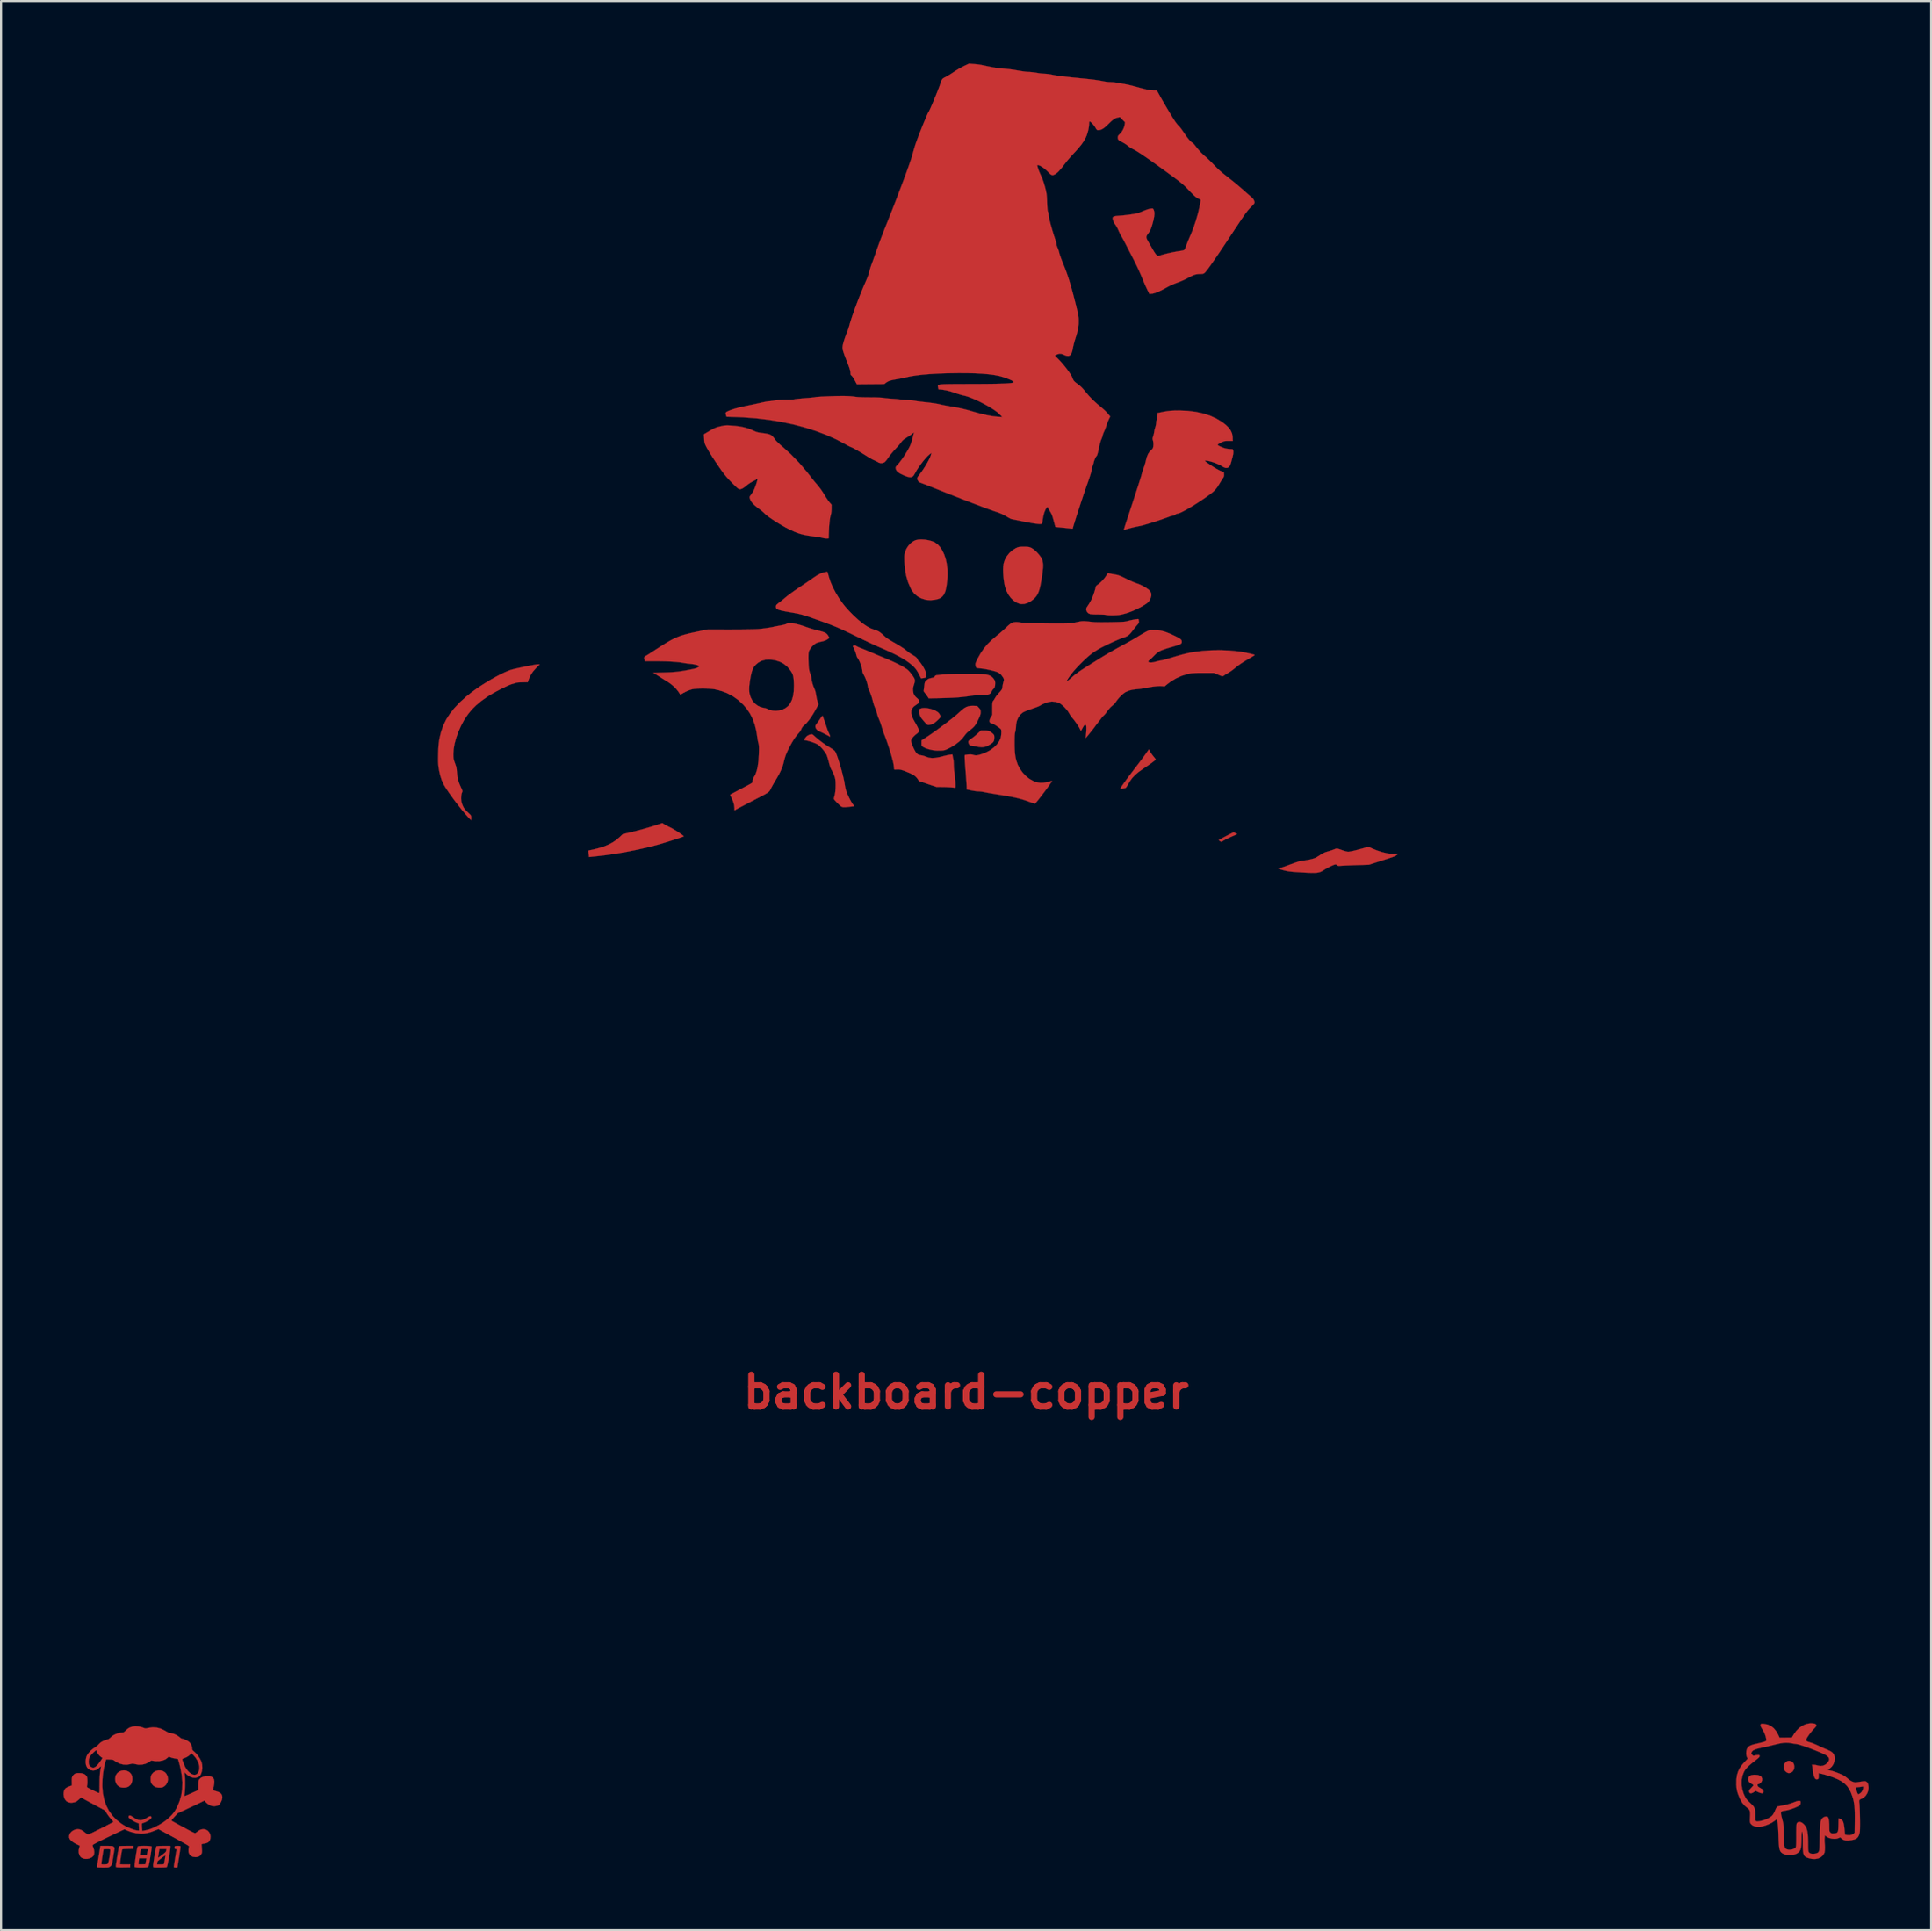
<source format=kicad_pcb>
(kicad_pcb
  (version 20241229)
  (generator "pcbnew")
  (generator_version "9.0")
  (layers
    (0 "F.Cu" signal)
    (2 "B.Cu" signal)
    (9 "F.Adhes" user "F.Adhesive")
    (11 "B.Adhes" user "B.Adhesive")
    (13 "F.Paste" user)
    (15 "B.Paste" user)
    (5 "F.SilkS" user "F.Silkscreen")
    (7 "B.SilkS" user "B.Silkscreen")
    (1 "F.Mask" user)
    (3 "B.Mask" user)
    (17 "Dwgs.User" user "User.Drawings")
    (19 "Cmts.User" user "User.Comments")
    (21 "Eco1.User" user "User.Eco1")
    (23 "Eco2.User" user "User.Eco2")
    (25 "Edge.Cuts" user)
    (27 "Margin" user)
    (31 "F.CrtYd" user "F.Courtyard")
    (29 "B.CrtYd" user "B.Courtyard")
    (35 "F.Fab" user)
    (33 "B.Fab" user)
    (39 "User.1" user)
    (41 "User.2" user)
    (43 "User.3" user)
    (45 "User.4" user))
  (footprint "backboard-copper"
    (layer "F.Cu")
    (at 43.309 63.755)
    (property "Reference" "backboard-copper" (at 0 0 0) (layer "F.Cu") (effects (font (size 1.524 1.524) (thickness 0.3))))
    (attr through_hole)
    (fp_poly (pts (xy 12.868 -26.85) (xy 12.917 -26.825) (xy 12.931 -26.816) (xy 13.004 -26.772) (xy 12.766 -26.669) (xy 12.601 -26.595) (xy 12.465 -26.528) (xy 12.343 -26.459) (xy 12.287 -26.424) (xy 12.252 -26.41) (xy 12.217 -26.42) (xy 12.185 -26.441) (xy 12.126 -26.485) (xy 12.191 -26.524) (xy 12.244 -26.555) (xy 12.319 -26.596) (xy 12.409 -26.644) (xy 12.506 -26.696) (xy 12.604 -26.746) (xy 12.693 -26.792) (xy 12.767 -26.828) (xy 12.819 -26.853) (xy 12.839 -26.86) (xy 12.868 -26.85)) (stroke (width 0.01) (type solid)) (fill yes) (layer "F.Cu"))
    (fp_poly (pts (xy 39.566 17.709) (xy 39.614 17.729) (xy 39.681 17.782) (xy 39.724 17.859) (xy 39.743 17.951) (xy 39.738 18.047) (xy 39.71 18.137) (xy 39.659 18.211) (xy 39.592 18.258) (xy 39.514 18.283) (xy 39.453 18.282) (xy 39.389 18.254) (xy 39.38 18.249) (xy 39.303 18.186) (xy 39.259 18.106) (xy 39.243 18.001) (xy 39.243 17.982) (xy 39.246 17.908) (xy 39.261 17.857) (xy 39.296 17.807) (xy 39.32 17.78) (xy 39.395 17.717) (xy 39.475 17.694) (xy 39.566 17.709)) (stroke (width 0.01) (type solid)) (fill yes) (layer "F.Cu"))
    (fp_poly (pts (xy -40.287 18.172) (xy -40.178 18.222) (xy -40.12 18.268) (xy -40.055 18.348) (xy -40.018 18.44) (xy -40.007 18.555) (xy -40.009 18.616) (xy -40.034 18.744) (xy -40.091 18.846) (xy -40.183 18.925) (xy -40.217 18.944) (xy -40.306 18.974) (xy -40.411 18.985) (xy -40.516 18.979) (xy -40.602 18.954) (xy -40.608 18.951) (xy -40.695 18.895) (xy -40.757 18.828) (xy -40.79 18.77) (xy -40.82 18.678) (xy -40.83 18.567) (xy -40.82 18.458) (xy -40.796 18.38) (xy -40.728 18.283) (xy -40.634 18.211) (xy -40.524 18.168) (xy -40.406 18.155) (xy -40.287 18.172)) (stroke (width 0.01) (type solid)) (fill yes) (layer "F.Cu"))
    (fp_poly (pts (xy -38.655 18.157) (xy -38.543 18.187) (xy -38.444 18.246) (xy -38.367 18.334) (xy -38.364 18.341) (xy -38.311 18.468) (xy -38.297 18.597) (xy -38.323 18.721) (xy -38.387 18.834) (xy -38.402 18.852) (xy -38.459 18.906) (xy -38.519 18.948) (xy -38.538 18.958) (xy -38.642 18.983) (xy -38.76 18.983) (xy -38.874 18.961) (xy -38.922 18.941) (xy -39.003 18.885) (xy -39.069 18.812) (xy -39.07 18.81) (xy -39.101 18.756) (xy -39.119 18.703) (xy -39.126 18.633) (xy -39.127 18.574) (xy -39.124 18.487) (xy -39.114 18.425) (xy -39.092 18.373) (xy -39.068 18.334) (xy -38.987 18.246) (xy -38.885 18.187) (xy -38.772 18.157) (xy -38.655 18.157)) (stroke (width 0.01) (type solid)) (fill yes) (layer "F.Cu"))
    (fp_poly (pts (xy -1.872 -32.82) (xy -1.735 -32.794) (xy -1.6 -32.754) (xy -1.476 -32.701) (xy -1.372 -32.639) (xy -1.337 -32.61) (xy -1.28 -32.543) (xy -1.241 -32.469) (xy -1.228 -32.409) (xy -1.244 -32.374) (xy -1.286 -32.323) (xy -1.347 -32.261) (xy -1.418 -32.197) (xy -1.492 -32.137) (xy -1.56 -32.09) (xy -1.598 -32.069) (xy -1.675 -32.04) (xy -1.754 -32.02) (xy -1.767 -32.018) (xy -1.809 -32.014) (xy -1.841 -32.019) (xy -1.874 -32.039) (xy -1.916 -32.079) (xy -1.977 -32.144) (xy -1.98 -32.148) (xy -2.067 -32.247) (xy -2.13 -32.324) (xy -2.173 -32.39) (xy -2.204 -32.454) (xy -2.227 -32.523) (xy -2.233 -32.546) (xy -2.255 -32.64) (xy -2.262 -32.703) (xy -2.254 -32.745) (xy -2.227 -32.775) (xy -2.199 -32.792) (xy -2.114 -32.821) (xy -2.002 -32.829) (xy -1.872 -32.82)) (stroke (width 0.01) (type solid)) (fill yes) (layer "F.Cu"))
    (fp_poly (pts (xy -6.874 -32.425) (xy -6.853 -32.367) (xy -6.826 -32.29) (xy -6.813 -32.255) (xy -6.774 -32.146) (xy -6.733 -32.025) (xy -6.698 -31.916) (xy -6.695 -31.909) (xy -6.664 -31.815) (xy -6.628 -31.723) (xy -6.597 -31.651) (xy -6.593 -31.644) (xy -6.565 -31.585) (xy -6.542 -31.525) (xy -6.527 -31.478) (xy -6.525 -31.455) (xy -6.527 -31.454) (xy -6.545 -31.463) (xy -6.593 -31.489) (xy -6.663 -31.526) (xy -6.72 -31.556) (xy -6.814 -31.605) (xy -6.906 -31.65) (xy -6.983 -31.685) (xy -7.011 -31.697) (xy -7.123 -31.754) (xy -7.195 -31.829) (xy -7.227 -31.909) (xy -7.231 -31.95) (xy -7.223 -31.989) (xy -7.197 -32.035) (xy -7.15 -32.101) (xy -7.139 -32.115) (xy -7.077 -32.199) (xy -7.014 -32.289) (xy -6.965 -32.362) (xy -6.927 -32.417) (xy -6.898 -32.45) (xy -6.885 -32.454) (xy -6.874 -32.425)) (stroke (width 0.01) (type solid)) (fill yes) (layer "F.Cu"))
    (fp_poly (pts (xy 0.86 -31.75) (xy 0.987 -31.744) (xy 1.086 -31.724) (xy 1.17 -31.686) (xy 1.251 -31.626) (xy 1.257 -31.621) (xy 1.311 -31.571) (xy 1.34 -31.533) (xy 1.352 -31.489) (xy 1.355 -31.424) (xy 1.355 -31.411) (xy 1.349 -31.312) (xy 1.328 -31.238) (xy 1.285 -31.178) (xy 1.212 -31.12) (xy 1.169 -31.092) (xy 1.052 -31.023) (xy 0.947 -30.978) (xy 0.843 -30.954) (xy 0.731 -30.949) (xy 0.6 -30.962) (xy 0.455 -30.989) (xy 0.365 -31.007) (xy 0.285 -31.021) (xy 0.229 -31.029) (xy 0.216 -31.03) (xy 0.174 -31.045) (xy 0.141 -31.093) (xy 0.137 -31.104) (xy 0.114 -31.167) (xy 0.11 -31.216) (xy 0.13 -31.258) (xy 0.179 -31.303) (xy 0.255 -31.358) (xy 0.341 -31.421) (xy 0.44 -31.5) (xy 0.533 -31.581) (xy 0.56 -31.605) (xy 0.715 -31.75) (xy 0.86 -31.75)) (stroke (width 0.01) (type solid)) (fill yes) (layer "F.Cu"))
    (fp_poly (pts (xy -37.76 21.782) (xy -37.719 21.787) (xy -37.702 21.801) (xy -37.698 21.826) (xy -37.698 21.832) (xy -37.701 21.867) (xy -37.71 21.938) (xy -37.725 22.036) (xy -37.743 22.155) (xy -37.764 22.288) (xy -37.772 22.335) (xy -37.793 22.468) (xy -37.813 22.587) (xy -37.828 22.686) (xy -37.84 22.758) (xy -37.845 22.797) (xy -37.846 22.802) (xy -37.865 22.812) (xy -37.912 22.817) (xy -37.931 22.818) (xy -37.986 22.814) (xy -38.011 22.8) (xy -38.015 22.776) (xy -38.012 22.742) (xy -38.003 22.674) (xy -37.989 22.58) (xy -37.971 22.466) (xy -37.952 22.349) (xy -37.932 22.225) (xy -37.914 22.117) (xy -37.9 22.029) (xy -37.891 21.97) (xy -37.888 21.946) (xy -37.906 21.932) (xy -37.929 21.929) (xy -37.974 21.916) (xy -37.988 21.877) (xy -37.982 21.834) (xy -37.972 21.805) (xy -37.952 21.789) (xy -37.912 21.782) (xy -37.842 21.781) (xy -37.833 21.78) (xy -37.76 21.782)) (stroke (width 0.01) (type solid)) (fill yes) (layer "F.Cu"))
    (fp_poly (pts (xy -1.981 -40.907) (xy -1.816 -40.881) (xy -1.66 -40.84) (xy -1.524 -40.787) (xy -1.499 -40.774) (xy -1.365 -40.677) (xy -1.244 -40.545) (xy -1.137 -40.379) (xy -1.048 -40.186) (xy -0.977 -39.968) (xy -0.925 -39.73) (xy -0.896 -39.476) (xy -0.889 -39.284) (xy -0.894 -39.124) (xy -0.907 -38.951) (xy -0.927 -38.778) (xy -0.953 -38.615) (xy -0.983 -38.478) (xy -0.997 -38.426) (xy -1.058 -38.283) (xy -1.143 -38.173) (xy -1.255 -38.095) (xy -1.348 -38.058) (xy -1.517 -38.02) (xy -1.695 -38.004) (xy -1.865 -38.012) (xy -1.947 -38.026) (xy -2.152 -38.091) (xy -2.331 -38.189) (xy -2.482 -38.316) (xy -2.603 -38.472) (xy -2.641 -38.539) (xy -2.775 -38.845) (xy -2.873 -39.173) (xy -2.934 -39.522) (xy -2.957 -39.828) (xy -2.961 -39.961) (xy -2.962 -40.061) (xy -2.96 -40.137) (xy -2.953 -40.199) (xy -2.942 -40.255) (xy -2.925 -40.314) (xy -2.925 -40.316) (xy -2.858 -40.476) (xy -2.763 -40.621) (xy -2.646 -40.745) (xy -2.514 -40.838) (xy -2.415 -40.883) (xy -2.292 -40.909) (xy -2.144 -40.917) (xy -1.981 -40.907)) (stroke (width 0.01) (type solid)) (fill yes) (layer "F.Cu"))
    (fp_poly (pts (xy 8.828 -30.734) (xy 8.872 -30.663) (xy 8.931 -30.579) (xy 8.993 -30.5) (xy 8.994 -30.499) (xy 9.045 -30.437) (xy 9.082 -30.387) (xy 9.101 -30.358) (xy 9.102 -30.356) (xy 9.085 -30.336) (xy 9.037 -30.296) (xy 8.964 -30.24) (xy 8.871 -30.171) (xy 8.761 -30.093) (xy 8.64 -30.01) (xy 8.513 -29.924) (xy 8.488 -29.908) (xy 8.283 -29.763) (xy 8.114 -29.62) (xy 7.975 -29.474) (xy 7.862 -29.319) (xy 7.8 -29.213) (xy 7.753 -29.13) (xy 7.71 -29.061) (xy 7.677 -29.014) (xy 7.662 -28.999) (xy 7.626 -28.987) (xy 7.569 -28.976) (xy 7.506 -28.967) (xy 7.45 -28.962) (xy 7.414 -28.963) (xy 7.408 -28.967) (xy 7.421 -28.994) (xy 7.455 -29.049) (xy 7.509 -29.129) (xy 7.579 -29.229) (xy 7.662 -29.344) (xy 7.753 -29.469) (xy 7.851 -29.6) (xy 7.884 -29.644) (xy 7.981 -29.771) (xy 8.086 -29.91) (xy 8.191 -30.047) (xy 8.285 -30.171) (xy 8.343 -30.247) (xy 8.424 -30.355) (xy 8.506 -30.467) (xy 8.583 -30.571) (xy 8.644 -30.656) (xy 8.657 -30.676) (xy 8.771 -30.84) (xy 8.828 -30.734)) (stroke (width 0.01) (type solid)) (fill yes) (layer "F.Cu"))
    (fp_poly (pts (xy -39.967 21.849) (xy -39.973 21.918) (xy -40.232 21.924) (xy -40.341 21.927) (xy -40.414 21.931) (xy -40.46 21.937) (xy -40.485 21.946) (xy -40.497 21.961) (xy -40.502 21.977) (xy -40.514 22.034) (xy -40.528 22.115) (xy -40.544 22.212) (xy -40.56 22.317) (xy -40.575 22.421) (xy -40.588 22.516) (xy -40.597 22.593) (xy -40.602 22.643) (xy -40.601 22.659) (xy -40.577 22.663) (xy -40.519 22.666) (xy -40.437 22.669) (xy -40.349 22.669) (xy -40.108 22.669) (xy -40.115 22.738) (xy -40.121 22.807) (xy -40.439 22.812) (xy -40.552 22.813) (xy -40.652 22.811) (xy -40.729 22.808) (xy -40.776 22.802) (xy -40.785 22.799) (xy -40.794 22.787) (xy -40.797 22.76) (xy -40.796 22.714) (xy -40.788 22.643) (xy -40.773 22.544) (xy -40.752 22.411) (xy -40.737 22.318) (xy -40.714 22.181) (xy -40.693 22.057) (xy -40.674 21.952) (xy -40.66 21.873) (xy -40.651 21.826) (xy -40.648 21.818) (xy -40.64 21.804) (xy -40.622 21.794) (xy -40.588 21.787) (xy -40.53 21.783) (xy -40.444 21.781) (xy -40.323 21.781) (xy -40.299 21.78) (xy -39.96 21.78) (xy -39.967 21.849)) (stroke (width 0.01) (type solid)) (fill yes) (layer "F.Cu"))
    (fp_poly (pts (xy 37.989 18.378) (xy 38.093 18.412) (xy 38.164 18.468) (xy 38.198 18.544) (xy 38.197 18.636) (xy 38.17 18.7) (xy 38.121 18.76) (xy 38.062 18.803) (xy 38.012 18.817) (xy 37.982 18.826) (xy 37.976 18.861) (xy 37.977 18.875) (xy 37.989 18.912) (xy 38.022 18.947) (xy 38.083 18.988) (xy 38.11 19.003) (xy 38.188 19.049) (xy 38.235 19.084) (xy 38.26 19.117) (xy 38.268 19.157) (xy 38.269 19.181) (xy 38.254 19.231) (xy 38.209 19.253) (xy 38.136 19.245) (xy 38.036 19.209) (xy 38.016 19.2) (xy 37.882 19.137) (xy 37.815 19.189) (xy 37.737 19.236) (xy 37.668 19.256) (xy 37.616 19.246) (xy 37.594 19.223) (xy 37.574 19.17) (xy 37.58 19.121) (xy 37.613 19.066) (xy 37.677 18.997) (xy 37.729 18.941) (xy 37.767 18.895) (xy 37.782 18.866) (xy 37.782 18.866) (xy 37.765 18.841) (xy 37.721 18.814) (xy 37.708 18.808) (xy 37.621 18.755) (xy 37.56 18.685) (xy 37.53 18.606) (xy 37.529 18.588) (xy 37.544 18.498) (xy 37.59 18.432) (xy 37.67 18.389) (xy 37.785 18.369) (xy 37.851 18.366) (xy 37.989 18.378)) (stroke (width 0.01) (type solid)) (fill yes) (layer "F.Cu"))
    (fp_poly (pts (xy 2.881 -40.565) (xy 2.959 -40.561) (xy 3.017 -40.553) (xy 3.068 -40.538) (xy 3.121 -40.514) (xy 3.137 -40.507) (xy 3.243 -40.44) (xy 3.36 -40.336) (xy 3.412 -40.283) (xy 3.5 -40.184) (xy 3.571 -40.092) (xy 3.625 -40.002) (xy 3.662 -39.907) (xy 3.685 -39.803) (xy 3.694 -39.682) (xy 3.689 -39.541) (xy 3.673 -39.372) (xy 3.646 -39.171) (xy 3.627 -39.053) (xy 3.59 -38.833) (xy 3.553 -38.65) (xy 3.513 -38.499) (xy 3.469 -38.374) (xy 3.418 -38.27) (xy 3.359 -38.181) (xy 3.289 -38.101) (xy 3.25 -38.065) (xy 3.099 -37.948) (xy 2.945 -37.866) (xy 2.793 -37.822) (xy 2.646 -37.816) (xy 2.56 -37.832) (xy 2.408 -37.895) (xy 2.265 -37.995) (xy 2.135 -38.127) (xy 2.023 -38.285) (xy 1.932 -38.464) (xy 1.867 -38.658) (xy 1.854 -38.714) (xy 1.82 -38.904) (xy 1.796 -39.1) (xy 1.782 -39.294) (xy 1.778 -39.476) (xy 1.785 -39.636) (xy 1.801 -39.755) (xy 1.859 -39.933) (xy 1.952 -40.104) (xy 2.074 -40.26) (xy 2.22 -40.392) (xy 2.382 -40.494) (xy 2.382 -40.494) (xy 2.448 -40.525) (xy 2.501 -40.546) (xy 2.554 -40.558) (xy 2.618 -40.564) (xy 2.706 -40.566) (xy 2.772 -40.566) (xy 2.881 -40.565)) (stroke (width 0.01) (type solid)) (fill yes) (layer "F.Cu"))
    (fp_poly (pts (xy 0.532 -32.925) (xy 0.615 -32.836) (xy 0.664 -32.78) (xy 0.688 -32.734) (xy 0.697 -32.679) (xy 0.699 -32.628) (xy 0.696 -32.573) (xy 0.686 -32.519) (xy 0.666 -32.456) (xy 0.632 -32.376) (xy 0.582 -32.268) (xy 0.574 -32.252) (xy 0.514 -32.131) (xy 0.458 -32.036) (xy 0.4 -31.956) (xy 0.329 -31.883) (xy 0.24 -31.806) (xy 0.123 -31.715) (xy 0.121 -31.714) (xy 0.04 -31.642) (xy -0.038 -31.556) (xy -0.074 -31.505) (xy -0.189 -31.357) (xy -0.34 -31.211) (xy -0.521 -31.073) (xy -0.726 -30.946) (xy -0.857 -30.879) (xy -0.948 -30.837) (xy -1.018 -30.81) (xy -1.084 -30.795) (xy -1.163 -30.788) (xy -1.245 -30.784) (xy -1.362 -30.784) (xy -1.482 -30.791) (xy -1.585 -30.804) (xy -1.601 -30.806) (xy -1.792 -30.85) (xy -1.946 -30.902) (xy -2.058 -30.959) (xy -2.102 -30.989) (xy -2.126 -31.017) (xy -2.135 -31.056) (xy -2.137 -31.122) (xy -2.137 -31.142) (xy -2.136 -31.274) (xy -1.85 -31.461) (xy -1.709 -31.556) (xy -1.551 -31.666) (xy -1.382 -31.787) (xy -1.207 -31.915) (xy -1.033 -32.046) (xy -0.864 -32.175) (xy -0.706 -32.298) (xy -0.565 -32.411) (xy -0.447 -32.51) (xy -0.356 -32.59) (xy -0.336 -32.609) (xy -0.206 -32.728) (xy -0.092 -32.816) (xy 0.014 -32.877) (xy 0.119 -32.913) (xy 0.231 -32.93) (xy 0.345 -32.932) (xy 0.532 -32.925)) (stroke (width 0.01) (type solid)) (fill yes) (layer "F.Cu"))
    (fp_poly (pts (xy -14.48 -27.243) (xy -14.416 -27.206) (xy -14.328 -27.159) (xy -14.232 -27.112) (xy -14.194 -27.094) (xy -14.124 -27.059) (xy -14.038 -27.01) (xy -13.943 -26.953) (xy -13.844 -26.891) (xy -13.75 -26.829) (xy -13.666 -26.771) (xy -13.6 -26.722) (xy -13.558 -26.687) (xy -13.547 -26.671) (xy -13.566 -26.66) (xy -13.621 -26.639) (xy -13.705 -26.609) (xy -13.813 -26.572) (xy -13.941 -26.53) (xy -14.082 -26.485) (xy -14.231 -26.438) (xy -14.383 -26.391) (xy -14.531 -26.346) (xy -14.672 -26.304) (xy -14.799 -26.268) (xy -14.834 -26.258) (xy -15.3 -26.138) (xy -15.791 -26.027) (xy -16.293 -25.927) (xy -16.793 -25.84) (xy -17.278 -25.769) (xy -17.611 -25.729) (xy -17.728 -25.717) (xy -17.838 -25.705) (xy -17.93 -25.695) (xy -17.993 -25.688) (xy -18.005 -25.687) (xy -18.092 -25.677) (xy -18.107 -25.804) (xy -18.116 -25.877) (xy -18.126 -25.935) (xy -18.132 -25.96) (xy -18.124 -25.982) (xy -18.078 -25.998) (xy -18.051 -26.003) (xy -17.947 -26.023) (xy -17.818 -26.053) (xy -17.678 -26.089) (xy -17.541 -26.128) (xy -17.424 -26.165) (xy -17.395 -26.175) (xy -17.154 -26.274) (xy -16.945 -26.385) (xy -16.758 -26.516) (xy -16.615 -26.641) (xy -16.476 -26.774) (xy -16.16 -26.847) (xy -15.957 -26.896) (xy -15.732 -26.954) (xy -15.497 -27.018) (xy -15.265 -27.085) (xy -15.047 -27.15) (xy -14.856 -27.211) (xy -14.829 -27.22) (xy -14.576 -27.305) (xy -14.48 -27.243)) (stroke (width 0.01) (type solid)) (fill yes) (layer "F.Cu"))
    (fp_poly (pts (xy -41.124 21.781) (xy -41.04 21.783) (xy -40.983 21.787) (xy -40.947 21.795) (xy -40.922 21.807) (xy -40.903 21.826) (xy -40.9 21.828) (xy -40.857 21.876) (xy -40.924 22.286) (xy -40.947 22.427) (xy -40.965 22.532) (xy -40.98 22.607) (xy -40.993 22.66) (xy -41.008 22.696) (xy -41.025 22.721) (xy -41.046 22.742) (xy -41.063 22.757) (xy -41.094 22.782) (xy -41.122 22.798) (xy -41.157 22.809) (xy -41.207 22.815) (xy -41.28 22.817) (xy -41.385 22.818) (xy -41.417 22.818) (xy -41.531 22.817) (xy -41.61 22.815) (xy -41.66 22.811) (xy -41.686 22.803) (xy -41.697 22.791) (xy -41.699 22.781) (xy -41.695 22.75) (xy -41.686 22.684) (xy -41.679 22.639) (xy -41.495 22.639) (xy -41.494 22.653) (xy -41.467 22.664) (xy -41.412 22.669) (xy -41.343 22.668) (xy -41.273 22.663) (xy -41.216 22.653) (xy -41.189 22.642) (xy -41.172 22.611) (xy -41.152 22.549) (xy -41.132 22.462) (xy -41.112 22.362) (xy -41.095 22.256) (xy -41.08 22.154) (xy -41.071 22.063) (xy -41.068 21.993) (xy -41.072 21.953) (xy -41.076 21.948) (xy -41.109 21.938) (xy -41.171 21.933) (xy -41.246 21.933) (xy -41.391 21.939) (xy -41.448 22.288) (xy -41.466 22.405) (xy -41.48 22.507) (xy -41.49 22.588) (xy -41.495 22.639) (xy -41.679 22.639) (xy -41.672 22.589) (xy -41.654 22.471) (xy -41.632 22.337) (xy -41.62 22.262) (xy -41.541 21.78) (xy -41.242 21.78) (xy -41.124 21.781)) (stroke (width 0.01) (type solid)) (fill yes) (layer "F.Cu"))
    (fp_poly (pts (xy 0.598 -34.464) (xy 0.777 -34.456) (xy 0.924 -34.441) (xy 1.044 -34.416) (xy 1.14 -34.382) (xy 1.219 -34.336) (xy 1.283 -34.279) (xy 1.325 -34.228) (xy 1.368 -34.162) (xy 1.39 -34.103) (xy 1.396 -34.029) (xy 1.396 -34.011) (xy 1.389 -33.895) (xy 1.363 -33.81) (xy 1.316 -33.748) (xy 1.303 -33.737) (xy 1.26 -33.688) (xy 1.229 -33.626) (xy 1.228 -33.625) (xy 1.195 -33.56) (xy 1.14 -33.51) (xy 1.06 -33.476) (xy 0.95 -33.454) (xy 0.805 -33.443) (xy 0.694 -33.442) (xy 0.577 -33.44) (xy 0.46 -33.435) (xy 0.359 -33.429) (xy 0.296 -33.422) (xy 0.092 -33.392) (xy -0.093 -33.368) (xy -0.27 -33.349) (xy -0.447 -33.334) (xy -0.634 -33.323) (xy -0.841 -33.314) (xy -1.076 -33.307) (xy -1.187 -33.304) (xy -1.791 -33.291) (xy -1.83 -33.351) (xy -1.863 -33.401) (xy -1.911 -33.467) (xy -1.952 -33.522) (xy -2.036 -33.633) (xy -2.009 -33.857) (xy -1.996 -33.956) (xy -1.985 -34.024) (xy -1.971 -34.07) (xy -1.95 -34.104) (xy -1.92 -34.137) (xy -1.896 -34.159) (xy -1.834 -34.208) (xy -1.768 -34.24) (xy -1.68 -34.264) (xy -1.665 -34.267) (xy -1.585 -34.285) (xy -1.536 -34.304) (xy -1.51 -34.328) (xy -1.502 -34.344) (xy -1.478 -34.379) (xy -1.43 -34.398) (xy -1.393 -34.404) (xy -1.118 -34.434) (xy -0.849 -34.453) (xy -0.565 -34.461) (xy -0.466 -34.462) (xy -0.314 -34.462) (xy -0.135 -34.463) (xy 0.055 -34.464) (xy 0.24 -34.465) (xy 0.381 -34.465) (xy 0.598 -34.464)) (stroke (width 0.01) (type solid)) (fill yes) (layer "F.Cu"))
    (fp_poly (pts (xy -39.367 21.779) (xy -39.268 21.782) (xy -39.181 21.788) (xy -39.117 21.797) (xy -39.084 21.808) (xy -39.082 21.811) (xy -39.081 21.843) (xy -39.087 21.908) (xy -39.099 22) (xy -39.115 22.111) (xy -39.134 22.233) (xy -39.155 22.36) (xy -39.176 22.482) (xy -39.197 22.594) (xy -39.216 22.687) (xy -39.232 22.753) (xy -39.243 22.786) (xy -39.244 22.787) (xy -39.275 22.8) (xy -39.339 22.81) (xy -39.427 22.816) (xy -39.527 22.82) (xy -39.632 22.82) (xy -39.731 22.817) (xy -39.814 22.81) (xy -39.873 22.8) (xy -39.896 22.79) (xy -39.899 22.762) (xy -39.896 22.699) (xy -39.89 22.637) (xy -39.714 22.637) (xy -39.711 22.66) (xy -39.686 22.665) (xy -39.63 22.667) (xy -39.554 22.665) (xy -39.541 22.665) (xy -39.382 22.659) (xy -39.368 22.585) (xy -39.354 22.51) (xy -39.341 22.442) (xy -39.329 22.373) (xy -39.681 22.373) (xy -39.701 22.511) (xy -39.71 22.583) (xy -39.714 22.637) (xy -39.89 22.637) (xy -39.887 22.61) (xy -39.873 22.502) (xy -39.857 22.381) (xy -39.838 22.255) (xy -39.833 22.225) (xy -39.649 22.225) (xy -39.311 22.225) (xy -39.288 22.091) (xy -39.275 22.02) (xy -39.267 21.966) (xy -39.264 21.943) (xy -39.284 21.936) (xy -39.335 21.931) (xy -39.409 21.929) (xy -39.432 21.929) (xy -39.518 21.929) (xy -39.571 21.936) (xy -39.602 21.957) (xy -39.619 22) (xy -39.63 22.074) (xy -39.635 22.114) (xy -39.649 22.225) (xy -39.833 22.225) (xy -39.818 22.132) (xy -39.798 22.018) (xy -39.779 21.922) (xy -39.762 21.85) (xy -39.749 21.811) (xy -39.746 21.807) (xy -39.716 21.795) (xy -39.654 21.786) (xy -39.57 21.781) (xy -39.471 21.778) (xy -39.367 21.779)) (stroke (width 0.01) (type solid)) (fill yes) (layer "F.Cu"))
    (fp_poly (pts (xy 6.834 -39.295) (xy 6.868 -39.286) (xy 6.934 -39.273) (xy 7.021 -39.256) (xy 7.1 -39.243) (xy 7.188 -39.227) (xy 7.262 -39.211) (xy 7.332 -39.19) (xy 7.407 -39.161) (xy 7.496 -39.121) (xy 7.609 -39.067) (xy 7.672 -39.036) (xy 7.794 -38.977) (xy 7.915 -38.92) (xy 8.025 -38.872) (xy 8.115 -38.835) (xy 8.16 -38.819) (xy 8.257 -38.786) (xy 8.344 -38.751) (xy 8.432 -38.709) (xy 8.534 -38.653) (xy 8.639 -38.592) (xy 8.762 -38.506) (xy 8.844 -38.417) (xy 8.886 -38.32) (xy 8.888 -38.214) (xy 8.852 -38.094) (xy 8.822 -38.031) (xy 8.78 -37.961) (xy 8.736 -37.906) (xy 8.677 -37.855) (xy 8.594 -37.798) (xy 8.387 -37.674) (xy 8.16 -37.559) (xy 7.923 -37.458) (xy 7.69 -37.375) (xy 7.472 -37.317) (xy 7.422 -37.306) (xy 7.324 -37.292) (xy 7.204 -37.283) (xy 7.074 -37.278) (xy 6.945 -37.278) (xy 6.83 -37.282) (xy 6.74 -37.292) (xy 6.71 -37.298) (xy 6.662 -37.305) (xy 6.582 -37.31) (xy 6.479 -37.315) (xy 6.365 -37.317) (xy 6.331 -37.317) (xy 6.214 -37.318) (xy 6.106 -37.322) (xy 6.016 -37.329) (xy 5.956 -37.336) (xy 5.946 -37.339) (xy 5.858 -37.383) (xy 5.795 -37.458) (xy 5.766 -37.54) (xy 5.763 -37.581) (xy 5.773 -37.622) (xy 5.8 -37.672) (xy 5.849 -37.745) (xy 5.851 -37.747) (xy 5.908 -37.835) (xy 5.969 -37.94) (xy 6.023 -38.044) (xy 6.031 -38.061) (xy 6.069 -38.15) (xy 6.109 -38.254) (xy 6.148 -38.365) (xy 6.181 -38.471) (xy 6.207 -38.562) (xy 6.221 -38.63) (xy 6.223 -38.651) (xy 6.24 -38.681) (xy 6.283 -38.721) (xy 6.327 -38.753) (xy 6.425 -38.829) (xy 6.53 -38.929) (xy 6.629 -39.042) (xy 6.711 -39.154) (xy 6.735 -39.194) (xy 6.776 -39.26) (xy 6.807 -39.292) (xy 6.833 -39.296) (xy 6.834 -39.295)) (stroke (width 0.01) (type solid)) (fill yes) (layer "F.Cu"))
    (fp_poly (pts (xy -38.185 21.849) (xy -38.189 21.906) (xy -38.199 21.991) (xy -38.215 22.097) (xy -38.234 22.215) (xy -38.255 22.339) (xy -38.278 22.462) (xy -38.3 22.576) (xy -38.321 22.674) (xy -38.339 22.748) (xy -38.353 22.791) (xy -38.357 22.799) (xy -38.388 22.805) (xy -38.45 22.811) (xy -38.535 22.814) (xy -38.633 22.816) (xy -38.735 22.817) (xy -38.832 22.816) (xy -38.914 22.814) (xy -38.972 22.809) (xy -38.996 22.804) (xy -39.006 22.774) (xy -39.01 22.724) (xy -39.006 22.68) (xy -38.997 22.61) (xy -38.82 22.61) (xy -38.82 22.669) (xy -38.662 22.669) (xy -38.585 22.667) (xy -38.525 22.662) (xy -38.495 22.654) (xy -38.494 22.653) (xy -38.486 22.625) (xy -38.474 22.569) (xy -38.46 22.495) (xy -38.446 22.414) (xy -38.433 22.337) (xy -38.424 22.275) (xy -38.421 22.239) (xy -38.422 22.235) (xy -38.441 22.243) (xy -38.484 22.272) (xy -38.544 22.315) (xy -38.612 22.365) (xy -38.679 22.417) (xy -38.738 22.465) (xy -38.779 22.501) (xy -38.793 22.515) (xy -38.813 22.563) (xy -38.82 22.61) (xy -38.997 22.61) (xy -38.996 22.604) (xy -38.982 22.506) (xy -38.964 22.392) (xy -38.954 22.332) (xy -38.776 22.332) (xy -38.768 22.345) (xy -38.743 22.334) (xy -38.709 22.312) (xy -38.652 22.27) (xy -38.581 22.217) (xy -38.544 22.188) (xy -38.467 22.126) (xy -38.418 22.08) (xy -38.391 22.042) (xy -38.38 22.005) (xy -38.379 21.997) (xy -38.372 21.929) (xy -38.709 21.929) (xy -38.734 22.072) (xy -38.748 22.157) (xy -38.762 22.236) (xy -38.77 22.285) (xy -38.776 22.332) (xy -38.954 22.332) (xy -38.944 22.27) (xy -38.923 22.148) (xy -38.903 22.034) (xy -38.885 21.936) (xy -38.869 21.86) (xy -38.858 21.815) (xy -38.855 21.807) (xy -38.835 21.796) (xy -38.787 21.788) (xy -38.707 21.783) (xy -38.591 21.781) (xy -38.512 21.78) (xy -38.185 21.78) (xy -38.185 21.849)) (stroke (width 0.01) (type solid)) (fill yes) (layer "F.Cu"))
    (fp_poly (pts (xy -7.386 -31.564) (xy -7.351 -31.545) (xy -7.304 -31.507) (xy -7.249 -31.456) (xy -7.087 -31.316) (xy -6.894 -31.169) (xy -6.679 -31.021) (xy -6.532 -30.928) (xy -6.435 -30.868) (xy -6.368 -30.823) (xy -6.322 -30.786) (xy -6.291 -30.751) (xy -6.267 -30.709) (xy -6.249 -30.671) (xy -6.202 -30.556) (xy -6.15 -30.409) (xy -6.095 -30.239) (xy -6.038 -30.053) (xy -5.983 -29.861) (xy -5.933 -29.672) (xy -5.889 -29.494) (xy -5.854 -29.337) (xy -5.831 -29.209) (xy -5.829 -29.199) (xy -5.812 -29.091) (xy -5.789 -28.981) (xy -5.767 -28.888) (xy -5.758 -28.857) (xy -5.722 -28.759) (xy -5.673 -28.645) (xy -5.616 -28.525) (xy -5.556 -28.408) (xy -5.499 -28.305) (xy -5.449 -28.226) (xy -5.427 -28.197) (xy -5.357 -28.115) (xy -5.568 -28.091) (xy -5.703 -28.076) (xy -5.803 -28.067) (xy -5.879 -28.067) (xy -5.939 -28.078) (xy -5.991 -28.103) (xy -6.043 -28.143) (xy -6.106 -28.202) (xy -6.162 -28.258) (xy -6.243 -28.34) (xy -6.298 -28.399) (xy -6.329 -28.441) (xy -6.342 -28.471) (xy -6.341 -28.496) (xy -6.341 -28.496) (xy -6.3 -28.656) (xy -6.274 -28.807) (xy -6.261 -28.966) (xy -6.258 -29.115) (xy -6.259 -29.237) (xy -6.264 -29.33) (xy -6.273 -29.405) (xy -6.288 -29.475) (xy -6.312 -29.552) (xy -6.314 -29.559) (xy -6.351 -29.656) (xy -6.395 -29.753) (xy -6.437 -29.83) (xy -6.441 -29.836) (xy -6.481 -29.907) (xy -6.517 -29.996) (xy -6.553 -30.113) (xy -6.58 -30.217) (xy -6.61 -30.331) (xy -6.643 -30.44) (xy -6.673 -30.532) (xy -6.699 -30.596) (xy -6.7 -30.598) (xy -6.751 -30.684) (xy -6.824 -30.784) (xy -6.911 -30.887) (xy -7 -30.98) (xy -7.082 -31.053) (xy -7.11 -31.074) (xy -7.18 -31.112) (xy -7.278 -31.154) (xy -7.393 -31.196) (xy -7.512 -31.233) (xy -7.622 -31.262) (xy -7.678 -31.273) (xy -7.733 -31.285) (xy -7.765 -31.296) (xy -7.768 -31.3) (xy -7.758 -31.323) (xy -7.733 -31.368) (xy -7.724 -31.382) (xy -7.642 -31.477) (xy -7.536 -31.54) (xy -7.464 -31.561) (xy -7.421 -31.567) (xy -7.386 -31.564)) (stroke (width 0.01) (type solid)) (fill yes) (layer "F.Cu"))
    (fp_poly (pts (xy 19.447 -26.103) (xy 19.702 -25.997) (xy 19.95 -25.916) (xy 20.185 -25.859) (xy 20.401 -25.83) (xy 20.553 -25.827) (xy 20.741 -25.834) (xy 20.684 -25.788) (xy 20.658 -25.767) (xy 20.631 -25.748) (xy 20.6 -25.731) (xy 20.56 -25.712) (xy 20.506 -25.691) (xy 20.432 -25.664) (xy 20.336 -25.632) (xy 20.211 -25.591) (xy 20.054 -25.54) (xy 19.939 -25.503) (xy 19.336 -25.308) (xy 18.785 -25.291) (xy 18.624 -25.286) (xy 18.464 -25.28) (xy 18.315 -25.274) (xy 18.185 -25.268) (xy 18.083 -25.263) (xy 18.034 -25.261) (xy 17.939 -25.255) (xy 17.877 -25.255) (xy 17.838 -25.26) (xy 17.812 -25.273) (xy 17.794 -25.29) (xy 17.763 -25.317) (xy 17.725 -25.321) (xy 17.678 -25.311) (xy 17.597 -25.281) (xy 17.491 -25.233) (xy 17.371 -25.172) (xy 17.249 -25.103) (xy 17.159 -25.047) (xy 17.098 -25.009) (xy 17.039 -24.979) (xy 16.979 -24.955) (xy 16.912 -24.937) (xy 16.834 -24.925) (xy 16.74 -24.918) (xy 16.625 -24.917) (xy 16.486 -24.92) (xy 16.316 -24.928) (xy 16.112 -24.939) (xy 15.96 -24.948) (xy 15.792 -24.959) (xy 15.658 -24.97) (xy 15.549 -24.981) (xy 15.455 -24.994) (xy 15.369 -25.011) (xy 15.281 -25.031) (xy 15.235 -25.043) (xy 15.141 -25.07) (xy 15.064 -25.094) (xy 15.014 -25.113) (xy 14.997 -25.125) (xy 14.997 -25.125) (xy 15.022 -25.139) (xy 15.073 -25.153) (xy 15.086 -25.156) (xy 15.137 -25.169) (xy 15.216 -25.194) (xy 15.313 -25.228) (xy 15.418 -25.266) (xy 15.42 -25.267) (xy 15.632 -25.345) (xy 15.807 -25.407) (xy 15.949 -25.454) (xy 16.058 -25.485) (xy 16.138 -25.502) (xy 16.181 -25.506) (xy 16.264 -25.513) (xy 16.373 -25.53) (xy 16.493 -25.554) (xy 16.609 -25.583) (xy 16.707 -25.613) (xy 16.751 -25.63) (xy 16.815 -25.663) (xy 16.898 -25.711) (xy 16.985 -25.767) (xy 17.005 -25.781) (xy 17.121 -25.853) (xy 17.237 -25.905) (xy 17.349 -25.94) (xy 17.452 -25.97) (xy 17.557 -26.004) (xy 17.645 -26.036) (xy 17.662 -26.042) (xy 17.713 -26.063) (xy 17.753 -26.076) (xy 17.791 -26.08) (xy 17.835 -26.075) (xy 17.893 -26.058) (xy 17.976 -26.03) (xy 18.076 -25.994) (xy 18.168 -25.965) (xy 18.255 -25.942) (xy 18.322 -25.93) (xy 18.337 -25.929) (xy 18.404 -25.936) (xy 18.508 -25.955) (xy 18.644 -25.986) (xy 18.808 -26.028) (xy 18.997 -26.079) (xy 19.077 -26.102) (xy 19.305 -26.168) (xy 19.447 -26.103)) (stroke (width 0.01) (type solid)) (fill yes) (layer "F.Cu"))
    (fp_poly (pts (xy -20.641 -34.74) (xy -20.773 -34.592) (xy -20.874 -34.446) (xy -20.953 -34.289) (xy -20.997 -34.174) (xy -21.033 -34.068) (xy -21.296 -34.062) (xy -21.4 -34.059) (xy -21.493 -34.053) (xy -21.563 -34.045) (xy -21.6 -34.037) (xy -21.601 -34.037) (xy -21.643 -34.021) (xy -21.711 -34.001) (xy -21.78 -33.982) (xy -21.856 -33.957) (xy -21.96 -33.914) (xy -22.088 -33.856) (xy -22.231 -33.787) (xy -22.383 -33.71) (xy -22.537 -33.628) (xy -22.687 -33.545) (xy -22.825 -33.465) (xy -22.945 -33.391) (xy -22.964 -33.379) (xy -23.252 -33.176) (xy -23.504 -32.968) (xy -23.723 -32.75) (xy -23.914 -32.515) (xy -24.084 -32.26) (xy -24.227 -31.993) (xy -24.362 -31.692) (xy -24.469 -31.396) (xy -24.546 -31.111) (xy -24.591 -30.842) (xy -24.604 -30.618) (xy -24.603 -30.51) (xy -24.598 -30.428) (xy -24.586 -30.358) (xy -24.565 -30.284) (xy -24.531 -30.19) (xy -24.525 -30.173) (xy -24.485 -30.062) (xy -24.46 -29.971) (xy -24.445 -29.881) (xy -24.436 -29.772) (xy -24.434 -29.739) (xy -24.415 -29.55) (xy -24.375 -29.367) (xy -24.31 -29.178) (xy -24.236 -29.009) (xy -24.197 -28.928) (xy -24.176 -28.874) (xy -24.169 -28.837) (xy -24.174 -28.807) (xy -24.188 -28.777) (xy -24.213 -28.701) (xy -24.228 -28.6) (xy -24.232 -28.487) (xy -24.225 -28.377) (xy -24.214 -28.318) (xy -24.189 -28.232) (xy -24.152 -28.137) (xy -24.129 -28.088) (xy -24.101 -28.036) (xy -24.068 -27.987) (xy -24.024 -27.934) (xy -23.965 -27.872) (xy -23.883 -27.793) (xy -23.818 -27.732) (xy -23.775 -27.687) (xy -23.755 -27.642) (xy -23.749 -27.579) (xy -23.749 -27.561) (xy -23.751 -27.5) (xy -23.755 -27.461) (xy -23.758 -27.453) (xy -23.775 -27.468) (xy -23.814 -27.507) (xy -23.869 -27.564) (xy -23.908 -27.607) (xy -24.021 -27.734) (xy -24.146 -27.883) (xy -24.279 -28.047) (xy -24.415 -28.222) (xy -24.551 -28.4) (xy -24.681 -28.577) (xy -24.801 -28.746) (xy -24.907 -28.902) (xy -24.995 -29.038) (xy -25.061 -29.15) (xy -25.071 -29.169) (xy -25.161 -29.369) (xy -25.233 -29.591) (xy -25.289 -29.842) (xy -25.305 -29.94) (xy -25.318 -30.034) (xy -25.327 -30.128) (xy -25.333 -30.231) (xy -25.335 -30.351) (xy -25.333 -30.499) (xy -25.331 -30.627) (xy -25.325 -30.833) (xy -25.315 -31.007) (xy -25.3 -31.16) (xy -25.279 -31.304) (xy -25.25 -31.448) (xy -25.212 -31.604) (xy -25.187 -31.697) (xy -25.088 -31.985) (xy -24.95 -32.269) (xy -24.772 -32.548) (xy -24.553 -32.824) (xy -24.294 -33.098) (xy -23.994 -33.369) (xy -23.696 -33.606) (xy -23.494 -33.752) (xy -23.276 -33.9) (xy -23.047 -34.045) (xy -22.815 -34.185) (xy -22.586 -34.314) (xy -22.366 -34.431) (xy -22.161 -34.53) (xy -21.979 -34.609) (xy -21.868 -34.65) (xy -21.797 -34.671) (xy -21.696 -34.697) (xy -21.571 -34.726) (xy -21.428 -34.758) (xy -21.276 -34.791) (xy -21.121 -34.823) (xy -20.971 -34.853) (xy -20.831 -34.88) (xy -20.709 -34.902) (xy -20.612 -34.917) (xy -20.547 -34.924) (xy -20.533 -34.925) (xy -20.461 -34.925) (xy -20.641 -34.74)) (stroke (width 0.01) (type solid)) (fill yes) (layer "F.Cu"))
    (fp_poly (pts (xy -6.646 -39.341) (xy -6.631 -39.288) (xy -6.609 -39.21) (xy -6.583 -39.115) (xy -6.504 -38.875) (xy -6.394 -38.62) (xy -6.258 -38.359) (xy -6.1 -38.099) (xy -5.925 -37.85) (xy -5.796 -37.687) (xy -5.72 -37.601) (xy -5.624 -37.497) (xy -5.52 -37.388) (xy -5.418 -37.285) (xy -5.395 -37.263) (xy -5.169 -37.054) (xy -4.959 -36.883) (xy -4.764 -36.749) (xy -4.584 -36.651) (xy -4.435 -36.594) (xy -4.309 -36.553) (xy -4.209 -36.508) (xy -4.12 -36.451) (xy -4.026 -36.374) (xy -3.984 -36.336) (xy -3.918 -36.275) (xy -3.856 -36.222) (xy -3.792 -36.173) (xy -3.719 -36.123) (xy -3.631 -36.068) (xy -3.521 -36.003) (xy -3.383 -35.924) (xy -3.341 -35.9) (xy -3.203 -35.819) (xy -3.068 -35.732) (xy -2.949 -35.65) (xy -2.856 -35.578) (xy -2.77 -35.508) (xy -2.679 -35.443) (xy -2.599 -35.391) (xy -2.564 -35.371) (xy -2.447 -35.3) (xy -2.364 -35.226) (xy -2.319 -35.151) (xy -2.314 -35.132) (xy -2.293 -35.087) (xy -2.267 -35.073) (xy -2.24 -35.055) (xy -2.198 -35.008) (xy -2.147 -34.938) (xy -2.092 -34.855) (xy -2.039 -34.765) (xy -1.992 -34.678) (xy -1.956 -34.6) (xy -1.948 -34.577) (xy -1.915 -34.461) (xy -1.906 -34.372) (xy -1.921 -34.313) (xy -1.942 -34.294) (xy -1.986 -34.279) (xy -2.05 -34.266) (xy -2.069 -34.263) (xy -2.159 -34.252) (xy -2.269 -34.467) (xy -2.343 -34.599) (xy -2.421 -34.711) (xy -2.512 -34.813) (xy -2.625 -34.915) (xy -2.752 -35.014) (xy -2.892 -35.112) (xy -3.05 -35.211) (xy -3.229 -35.312) (xy -3.435 -35.418) (xy -3.67 -35.53) (xy -3.938 -35.651) (xy -4.194 -35.762) (xy -4.277 -35.798) (xy -4.391 -35.85) (xy -4.532 -35.916) (xy -4.692 -35.991) (xy -4.866 -36.074) (xy -5.048 -36.161) (xy -5.232 -36.251) (xy -5.271 -36.269) (xy -5.51 -36.386) (xy -5.719 -36.486) (xy -5.905 -36.573) (xy -6.077 -36.651) (xy -6.242 -36.722) (xy -6.407 -36.789) (xy -6.579 -36.857) (xy -6.768 -36.928) (xy -6.98 -37.005) (xy -7.222 -37.091) (xy -7.253 -37.102) (xy -7.44 -37.168) (xy -7.596 -37.222) (xy -7.729 -37.265) (xy -7.848 -37.3) (xy -7.96 -37.33) (xy -8.075 -37.356) (xy -8.201 -37.381) (xy -8.346 -37.407) (xy -8.495 -37.433) (xy -8.688 -37.467) (xy -8.842 -37.499) (xy -8.958 -37.53) (xy -9.04 -37.56) (xy -9.09 -37.59) (xy -9.11 -37.619) (xy -9.124 -37.691) (xy -9.116 -37.746) (xy -9.083 -37.795) (xy -9.017 -37.849) (xy -9.001 -37.861) (xy -8.937 -37.91) (xy -8.852 -37.978) (xy -8.757 -38.055) (xy -8.668 -38.131) (xy -8.589 -38.195) (xy -8.483 -38.277) (xy -8.357 -38.369) (xy -8.219 -38.467) (xy -8.078 -38.564) (xy -7.99 -38.623) (xy -7.853 -38.714) (xy -7.717 -38.806) (xy -7.589 -38.893) (xy -7.477 -38.97) (xy -7.388 -39.033) (xy -7.343 -39.065) (xy -7.163 -39.186) (xy -6.994 -39.276) (xy -6.839 -39.333) (xy -6.77 -39.348) (xy -6.707 -39.357) (xy -6.664 -39.362) (xy -6.653 -39.362) (xy -6.646 -39.341)) (stroke (width 0.01) (type solid)) (fill yes) (layer "F.Cu"))
    (fp_poly (pts (xy -11.412 -46.39) (xy -11.33 -46.386) (xy -11.053 -46.364) (xy -10.81 -46.331) (xy -10.595 -46.284) (xy -10.399 -46.222) (xy -10.217 -46.144) (xy -10.212 -46.141) (xy -10.127 -46.102) (xy -10.051 -46.074) (xy -9.97 -46.053) (xy -9.869 -46.036) (xy -9.788 -46.025) (xy -9.641 -46.006) (xy -9.528 -45.986) (xy -9.44 -45.962) (xy -9.37 -45.93) (xy -9.309 -45.884) (xy -9.249 -45.822) (xy -9.182 -45.737) (xy -9.139 -45.678) (xy -9.098 -45.631) (xy -9.031 -45.565) (xy -8.948 -45.487) (xy -8.855 -45.405) (xy -8.816 -45.372) (xy -8.407 -45.003) (xy -8.013 -44.596) (xy -7.635 -44.153) (xy -7.477 -43.95) (xy -7.393 -43.842) (xy -7.301 -43.727) (xy -7.212 -43.62) (xy -7.136 -43.532) (xy -7.129 -43.524) (xy -7.046 -43.423) (xy -6.954 -43.298) (xy -6.862 -43.161) (xy -6.808 -43.074) (xy -6.742 -42.966) (xy -6.674 -42.862) (xy -6.612 -42.772) (xy -6.562 -42.706) (xy -6.55 -42.691) (xy -6.456 -42.586) (xy -6.456 -42.395) (xy -6.462 -42.249) (xy -6.483 -42.13) (xy -6.498 -42.08) (xy -6.518 -41.999) (xy -6.537 -41.882) (xy -6.554 -41.736) (xy -6.569 -41.567) (xy -6.58 -41.382) (xy -6.588 -41.187) (xy -6.589 -41.159) (xy -6.593 -40.968) (xy -6.699 -40.965) (xy -6.781 -40.969) (xy -6.861 -40.984) (xy -6.885 -40.991) (xy -6.931 -41.003) (xy -7.011 -41.019) (xy -7.117 -41.036) (xy -7.24 -41.055) (xy -7.372 -41.073) (xy -7.586 -41.104) (xy -7.771 -41.139) (xy -7.936 -41.18) (xy -8.096 -41.232) (xy -8.26 -41.298) (xy -8.443 -41.383) (xy -8.535 -41.428) (xy -8.676 -41.502) (xy -8.828 -41.588) (xy -8.985 -41.681) (xy -9.14 -41.779) (xy -9.288 -41.875) (xy -9.421 -41.967) (xy -9.534 -42.05) (xy -9.619 -42.12) (xy -9.653 -42.153) (xy -9.725 -42.222) (xy -9.807 -42.293) (xy -9.853 -42.328) (xy -10.01 -42.445) (xy -10.133 -42.547) (xy -10.227 -42.637) (xy -10.296 -42.721) (xy -10.343 -42.802) (xy -10.372 -42.875) (xy -10.385 -42.925) (xy -10.384 -42.962) (xy -10.366 -43) (xy -10.326 -43.056) (xy -10.32 -43.064) (xy -10.265 -43.141) (xy -10.213 -43.227) (xy -10.19 -43.268) (xy -10.157 -43.341) (xy -10.12 -43.433) (xy -10.084 -43.533) (xy -10.052 -43.631) (xy -10.027 -43.716) (xy -10.013 -43.778) (xy -10.012 -43.795) (xy -10.015 -43.828) (xy -10.032 -43.824) (xy -10.049 -43.81) (xy -10.085 -43.785) (xy -10.148 -43.749) (xy -10.224 -43.71) (xy -10.24 -43.702) (xy -10.336 -43.649) (xy -10.436 -43.584) (xy -10.516 -43.523) (xy -10.625 -43.433) (xy -10.714 -43.373) (xy -10.788 -43.339) (xy -10.853 -43.328) (xy -10.854 -43.328) (xy -10.881 -43.331) (xy -10.911 -43.343) (xy -10.947 -43.366) (xy -10.995 -43.406) (xy -11.059 -43.466) (xy -11.145 -43.55) (xy -11.225 -43.63) (xy -11.372 -43.782) (xy -11.498 -43.921) (xy -11.613 -44.062) (xy -11.729 -44.218) (xy -11.756 -44.256) (xy -11.89 -44.449) (xy -12.021 -44.642) (xy -12.144 -44.829) (xy -12.255 -45.004) (xy -12.352 -45.162) (xy -12.429 -45.297) (xy -12.472 -45.378) (xy -12.515 -45.466) (xy -12.541 -45.534) (xy -12.557 -45.598) (xy -12.565 -45.676) (xy -12.569 -45.761) (xy -12.578 -45.966) (xy -12.305 -46.127) (xy -12.191 -46.193) (xy -12.101 -46.241) (xy -12.022 -46.277) (xy -11.944 -46.304) (xy -11.855 -46.329) (xy -11.796 -46.343) (xy -11.681 -46.369) (xy -11.59 -46.384) (xy -11.506 -46.39) (xy -11.412 -46.39)) (stroke (width 0.01) (type solid)) (fill yes) (layer "F.Cu"))
    (fp_poly (pts (xy 10.637 -47.088) (xy 11.018 -47.041) (xy 11.375 -46.963) (xy 11.707 -46.856) (xy 12.011 -46.718) (xy 12.286 -46.551) (xy 12.298 -46.543) (xy 12.47 -46.409) (xy 12.604 -46.277) (xy 12.699 -46.142) (xy 12.761 -46.003) (xy 12.79 -45.854) (xy 12.792 -45.798) (xy 12.795 -45.646) (xy 12.593 -45.646) (xy 12.496 -45.645) (xy 12.425 -45.639) (xy 12.366 -45.626) (xy 12.303 -45.601) (xy 12.227 -45.565) (xy 12.154 -45.526) (xy 12.1 -45.491) (xy 12.072 -45.465) (xy 12.071 -45.459) (xy 12.096 -45.433) (xy 12.152 -45.399) (xy 12.228 -45.362) (xy 12.315 -45.326) (xy 12.403 -45.296) (xy 12.435 -45.287) (xy 12.529 -45.268) (xy 12.63 -45.256) (xy 12.681 -45.254) (xy 12.75 -45.252) (xy 12.789 -45.244) (xy 12.807 -45.225) (xy 12.814 -45.207) (xy 12.826 -45.119) (xy 12.818 -45.014) (xy 12.789 -44.883) (xy 12.785 -44.868) (xy 12.758 -44.769) (xy 12.73 -44.666) (xy 12.709 -44.59) (xy 12.665 -44.471) (xy 12.606 -44.392) (xy 12.533 -44.353) (xy 12.446 -44.353) (xy 12.346 -44.394) (xy 12.309 -44.417) (xy 12.209 -44.475) (xy 12.088 -44.533) (xy 11.956 -44.587) (xy 11.822 -44.634) (xy 11.696 -44.671) (xy 11.585 -44.695) (xy 11.5 -44.702) (xy 11.484 -44.701) (xy 11.466 -44.696) (xy 11.463 -44.685) (xy 11.479 -44.666) (xy 11.518 -44.634) (xy 11.583 -44.587) (xy 11.679 -44.521) (xy 11.729 -44.487) (xy 11.851 -44.407) (xy 11.973 -44.332) (xy 12.085 -44.269) (xy 12.176 -44.222) (xy 12.203 -44.211) (xy 12.372 -44.142) (xy 12.378 -44.042) (xy 12.377 -43.965) (xy 12.355 -43.906) (xy 12.334 -43.873) (xy 12.301 -43.825) (xy 12.255 -43.752) (xy 12.202 -43.666) (xy 12.171 -43.614) (xy 12.089 -43.481) (xy 12.016 -43.376) (xy 11.942 -43.288) (xy 11.857 -43.206) (xy 11.752 -43.121) (xy 11.696 -43.079) (xy 11.544 -42.968) (xy 11.381 -42.856) (xy 11.212 -42.743) (xy 11.042 -42.633) (xy 10.874 -42.528) (xy 10.714 -42.432) (xy 10.565 -42.346) (xy 10.432 -42.274) (xy 10.32 -42.218) (xy 10.232 -42.181) (xy 10.174 -42.164) (xy 10.167 -42.164) (xy 10.094 -42.147) (xy 10.037 -42.111) (xy 9.981 -42.076) (xy 9.927 -42.059) (xy 9.92 -42.058) (xy 9.869 -42.05) (xy 9.8 -42.031) (xy 9.753 -42.014) (xy 9.631 -41.968) (xy 9.487 -41.916) (xy 9.327 -41.861) (xy 9.157 -41.804) (xy 8.986 -41.749) (xy 8.819 -41.697) (xy 8.664 -41.65) (xy 8.528 -41.611) (xy 8.416 -41.581) (xy 8.337 -41.563) (xy 8.329 -41.562) (xy 8.22 -41.541) (xy 8.088 -41.513) (xy 7.953 -41.48) (xy 7.854 -41.454) (xy 7.754 -41.427) (xy 7.669 -41.404) (xy 7.608 -41.388) (xy 7.578 -41.381) (xy 7.577 -41.381) (xy 7.578 -41.4) (xy 7.592 -41.452) (xy 7.615 -41.531) (xy 7.647 -41.631) (xy 7.674 -41.714) (xy 7.727 -41.872) (xy 7.785 -42.047) (xy 7.847 -42.236) (xy 7.912 -42.433) (xy 7.979 -42.636) (xy 8.045 -42.839) (xy 8.11 -43.038) (xy 8.172 -43.23) (xy 8.23 -43.409) (xy 8.283 -43.573) (xy 8.329 -43.715) (xy 8.366 -43.833) (xy 8.394 -43.922) (xy 8.411 -43.978) (xy 8.415 -43.995) (xy 8.442 -44.104) (xy 8.484 -44.236) (xy 8.534 -44.379) (xy 8.546 -44.407) (xy 8.576 -44.497) (xy 8.608 -44.607) (xy 8.634 -44.714) (xy 8.636 -44.725) (xy 8.681 -44.89) (xy 8.74 -45.028) (xy 8.811 -45.133) (xy 8.861 -45.181) (xy 8.916 -45.232) (xy 8.959 -45.287) (xy 8.964 -45.297) (xy 8.985 -45.365) (xy 8.993 -45.458) (xy 8.99 -45.558) (xy 8.975 -45.649) (xy 8.966 -45.678) (xy 8.952 -45.727) (xy 8.953 -45.775) (xy 8.969 -45.837) (xy 8.98 -45.866) (xy 9.005 -45.955) (xy 9.025 -46.049) (xy 9.031 -46.089) (xy 9.046 -46.175) (xy 9.07 -46.269) (xy 9.083 -46.308) (xy 9.106 -46.391) (xy 9.121 -46.476) (xy 9.123 -46.512) (xy 9.131 -46.594) (xy 9.15 -46.679) (xy 9.155 -46.694) (xy 9.175 -46.775) (xy 9.186 -46.863) (xy 9.186 -46.883) (xy 9.186 -46.983) (xy 9.35 -47.018) (xy 9.511 -47.05) (xy 9.651 -47.073) (xy 9.785 -47.089) (xy 9.925 -47.099) (xy 10.083 -47.103) (xy 10.234 -47.104) (xy 10.637 -47.088)) (stroke (width 0.01) (type solid)) (fill yes) (layer "F.Cu"))
    (fp_poly (pts (xy -5.27 -35.803) (xy -5.233 -35.78) (xy -5.168 -35.748) (xy -5.085 -35.713) (xy -5.044 -35.698) (xy -4.946 -35.659) (xy -4.826 -35.611) (xy -4.701 -35.559) (xy -4.614 -35.522) (xy -4.511 -35.477) (xy -4.381 -35.422) (xy -4.237 -35.361) (xy -4.092 -35.301) (xy -4 -35.263) (xy -3.717 -35.144) (xy -3.471 -35.035) (xy -3.262 -34.935) (xy -3.086 -34.842) (xy -2.941 -34.756) (xy -2.825 -34.676) (xy -2.803 -34.658) (xy -2.753 -34.611) (xy -2.69 -34.54) (xy -2.623 -34.456) (xy -2.586 -34.406) (xy -2.52 -34.31) (xy -2.478 -34.234) (xy -2.459 -34.167) (xy -2.461 -34.096) (xy -2.482 -34.011) (xy -2.506 -33.936) (xy -2.535 -33.839) (xy -2.548 -33.759) (xy -2.547 -33.675) (xy -2.545 -33.652) (xy -2.524 -33.531) (xy -2.48 -33.434) (xy -2.405 -33.346) (xy -2.359 -33.306) (xy -2.304 -33.257) (xy -2.275 -33.217) (xy -2.266 -33.172) (xy -2.265 -33.147) (xy -2.267 -33.105) (xy -2.279 -33.073) (xy -2.309 -33.042) (xy -2.363 -33.004) (xy -2.402 -32.979) (xy -2.513 -32.895) (xy -2.588 -32.804) (xy -2.628 -32.701) (xy -2.633 -32.584) (xy -2.604 -32.451) (xy -2.54 -32.298) (xy -2.463 -32.157) (xy -2.382 -32.016) (xy -2.323 -31.906) (xy -2.285 -31.82) (xy -2.268 -31.754) (xy -2.271 -31.702) (xy -2.292 -31.66) (xy -2.331 -31.623) (xy -2.355 -31.605) (xy -2.435 -31.542) (xy -2.513 -31.468) (xy -2.578 -31.393) (xy -2.623 -31.327) (xy -2.638 -31.293) (xy -2.64 -31.232) (xy -2.621 -31.148) (xy -2.58 -31.035) (xy -2.516 -30.892) (xy -2.491 -30.84) (xy -2.43 -30.728) (xy -2.371 -30.65) (xy -2.306 -30.6) (xy -2.227 -30.57) (xy -2.153 -30.557) (xy -2.068 -30.54) (xy -1.972 -30.51) (xy -1.913 -30.486) (xy -1.783 -30.442) (xy -1.634 -30.425) (xy -1.462 -30.435) (xy -1.263 -30.472) (xy -1.154 -30.5) (xy -1.042 -30.529) (xy -0.933 -30.555) (xy -0.838 -30.575) (xy -0.778 -30.585) (xy -0.657 -30.599) (xy -0.645 -30.524) (xy -0.631 -30.448) (xy -0.613 -30.372) (xy -0.604 -30.316) (xy -0.597 -30.232) (xy -0.593 -30.136) (xy -0.592 -30.097) (xy -0.588 -29.982) (xy -0.578 -29.858) (xy -0.564 -29.747) (xy -0.561 -29.729) (xy -0.548 -29.646) (xy -0.536 -29.546) (xy -0.526 -29.436) (xy -0.518 -29.324) (xy -0.513 -29.217) (xy -0.51 -29.124) (xy -0.511 -29.053) (xy -0.515 -29.01) (xy -0.521 -29.002) (xy -0.55 -29.005) (xy -0.609 -29.011) (xy -0.686 -29.019) (xy -0.699 -29.02) (xy -0.783 -29.026) (xy -0.895 -29.032) (xy -1.02 -29.036) (xy -1.14 -29.038) (xy -1.423 -29.041) (xy -1.839 -29.181) (xy -2.254 -29.321) (xy -2.318 -29.417) (xy -2.376 -29.493) (xy -2.441 -29.557) (xy -2.522 -29.615) (xy -2.628 -29.671) (xy -2.763 -29.731) (xy -2.908 -29.791) (xy -3.023 -29.834) (xy -3.116 -29.862) (xy -3.194 -29.877) (xy -3.265 -29.882) (xy -3.328 -29.878) (xy -3.394 -29.875) (xy -3.438 -29.877) (xy -3.45 -29.882) (xy -3.453 -29.909) (xy -3.459 -29.967) (xy -3.468 -30.047) (xy -3.473 -30.088) (xy -3.488 -30.178) (xy -3.516 -30.3) (xy -3.555 -30.447) (xy -3.602 -30.613) (xy -3.656 -30.79) (xy -3.713 -30.971) (xy -3.773 -31.15) (xy -3.831 -31.318) (xy -3.888 -31.47) (xy -3.939 -31.595) (xy -3.961 -31.653) (xy -3.99 -31.739) (xy -4.021 -31.84) (xy -4.043 -31.913) (xy -4.078 -32.028) (xy -4.119 -32.147) (xy -4.16 -32.253) (xy -4.18 -32.3) (xy -4.219 -32.394) (xy -4.252 -32.491) (xy -4.274 -32.572) (xy -4.275 -32.577) (xy -4.297 -32.66) (xy -4.332 -32.757) (xy -4.363 -32.831) (xy -4.397 -32.914) (xy -4.434 -33.021) (xy -4.466 -33.133) (xy -4.477 -33.179) (xy -4.504 -33.28) (xy -4.538 -33.392) (xy -4.576 -33.502) (xy -4.615 -33.602) (xy -4.65 -33.681) (xy -4.678 -33.729) (xy -4.678 -33.729) (xy -4.691 -33.761) (xy -4.704 -33.819) (xy -4.71 -33.856) (xy -4.739 -33.997) (xy -4.785 -34.148) (xy -4.842 -34.292) (xy -4.899 -34.404) (xy -4.938 -34.476) (xy -4.965 -34.542) (xy -4.974 -34.586) (xy -4.984 -34.677) (xy -5.01 -34.79) (xy -5.049 -34.912) (xy -5.096 -35.032) (xy -5.146 -35.138) (xy -5.195 -35.217) (xy -5.207 -35.232) (xy -5.233 -35.276) (xy -5.257 -35.344) (xy -5.269 -35.392) (xy -5.299 -35.498) (xy -5.353 -35.63) (xy -5.432 -35.791) (xy -5.435 -35.796) (xy -5.422 -35.81) (xy -5.381 -35.824) (xy -5.376 -35.825) (xy -5.313 -35.827) (xy -5.27 -35.803)) (stroke (width 0.01) (type solid)) (fill yes) (layer "F.Cu"))
    (fp_poly (pts (xy -8.384 -36.894) (xy -8.371 -36.893) (xy -8.262 -36.88) (xy -8.154 -36.861) (xy -8.041 -36.833) (xy -7.911 -36.795) (xy -7.756 -36.743) (xy -7.667 -36.711) (xy -7.534 -36.667) (xy -7.384 -36.621) (xy -7.237 -36.579) (xy -7.135 -36.553) (xy -6.987 -36.516) (xy -6.874 -36.483) (xy -6.789 -36.452) (xy -6.727 -36.418) (xy -6.679 -36.378) (xy -6.64 -36.33) (xy -6.626 -36.309) (xy -6.591 -36.252) (xy -6.568 -36.21) (xy -6.562 -36.196) (xy -6.579 -36.179) (xy -6.621 -36.147) (xy -6.663 -36.117) (xy -6.756 -36.068) (xy -6.873 -36.031) (xy -6.935 -36.018) (xy -7.03 -35.997) (xy -7.12 -35.971) (xy -7.188 -35.945) (xy -7.195 -35.942) (xy -7.311 -35.864) (xy -7.417 -35.755) (xy -7.503 -35.628) (xy -7.508 -35.619) (xy -7.531 -35.575) (xy -7.546 -35.535) (xy -7.557 -35.493) (xy -7.563 -35.438) (xy -7.565 -35.363) (xy -7.566 -35.259) (xy -7.566 -35.179) (xy -7.56 -34.95) (xy -7.546 -34.762) (xy -7.522 -34.611) (xy -7.488 -34.496) (xy -7.471 -34.458) (xy -7.444 -34.387) (xy -7.43 -34.313) (xy -7.429 -34.3) (xy -7.421 -34.218) (xy -7.4 -34.111) (xy -7.369 -33.994) (xy -7.332 -33.879) (xy -7.293 -33.782) (xy -7.282 -33.761) (xy -7.234 -33.632) (xy -7.201 -33.475) (xy -7.2 -33.466) (xy -7.182 -33.358) (xy -7.158 -33.245) (xy -7.132 -33.148) (xy -7.13 -33.143) (xy -7.085 -32.999) (xy -7.155 -32.867) (xy -7.288 -32.629) (xy -7.416 -32.422) (xy -7.54 -32.248) (xy -7.655 -32.109) (xy -7.759 -32.01) (xy -7.836 -31.939) (xy -7.884 -31.869) (xy -7.903 -31.823) (xy -7.946 -31.737) (xy -8.021 -31.637) (xy -8.069 -31.583) (xy -8.166 -31.468) (xy -8.264 -31.327) (xy -8.368 -31.156) (xy -8.478 -30.951) (xy -8.55 -30.808) (xy -8.618 -30.66) (xy -8.67 -30.524) (xy -8.713 -30.38) (xy -8.739 -30.275) (xy -8.78 -30.117) (xy -8.832 -29.966) (xy -8.896 -29.813) (xy -8.978 -29.65) (xy -9.08 -29.467) (xy -9.151 -29.348) (xy -9.214 -29.242) (xy -9.279 -29.127) (xy -9.337 -29.022) (xy -9.366 -28.967) (xy -9.387 -28.924) (xy -9.405 -28.889) (xy -9.424 -28.857) (xy -9.446 -28.828) (xy -9.477 -28.8) (xy -9.518 -28.769) (xy -9.573 -28.733) (xy -9.647 -28.69) (xy -9.743 -28.638) (xy -9.863 -28.574) (xy -10.012 -28.497) (xy -10.193 -28.403) (xy -10.295 -28.35) (xy -10.447 -28.271) (xy -10.592 -28.195) (xy -10.724 -28.126) (xy -10.837 -28.067) (xy -10.927 -28.019) (xy -10.987 -27.987) (xy -11.001 -27.979) (xy -11.113 -27.918) (xy -11.113 -28.02) (xy -11.129 -28.175) (xy -11.179 -28.347) (xy -11.251 -28.514) (xy -11.286 -28.584) (xy -11.31 -28.639) (xy -11.32 -28.667) (xy -11.32 -28.669) (xy -11.3 -28.68) (xy -11.248 -28.708) (xy -11.169 -28.75) (xy -11.069 -28.803) (xy -10.952 -28.865) (xy -10.869 -28.909) (xy -10.699 -28.998) (xy -10.563 -29.07) (xy -10.457 -29.126) (xy -10.378 -29.17) (xy -10.32 -29.203) (xy -10.282 -29.229) (xy -10.259 -29.25) (xy -10.247 -29.267) (xy -10.243 -29.285) (xy -10.244 -29.304) (xy -10.245 -29.328) (xy -10.245 -29.33) (xy -10.235 -29.402) (xy -10.202 -29.478) (xy -10.171 -29.527) (xy -10.098 -29.663) (xy -10.039 -29.835) (xy -9.993 -30.042) (xy -9.961 -30.288) (xy -9.943 -30.572) (xy -9.94 -30.64) (xy -9.937 -30.789) (xy -9.936 -30.902) (xy -9.939 -30.989) (xy -9.945 -31.056) (xy -9.955 -31.112) (xy -9.962 -31.137) (xy -9.982 -31.22) (xy -10.001 -31.321) (xy -10.014 -31.411) (xy -10.068 -31.746) (xy -10.144 -32.049) (xy -10.246 -32.323) (xy -10.375 -32.573) (xy -10.532 -32.803) (xy -10.689 -32.986) (xy -10.928 -33.208) (xy -11.189 -33.394) (xy -11.471 -33.544) (xy -11.771 -33.657) (xy -11.828 -33.671) (xy -10.41 -33.671) (xy -10.394 -33.525) (xy -10.339 -33.343) (xy -10.254 -33.182) (xy -10.141 -33.047) (xy -10.004 -32.94) (xy -9.849 -32.866) (xy -9.697 -32.831) (xy -9.619 -32.816) (xy -9.548 -32.792) (xy -9.518 -32.777) (xy -9.408 -32.726) (xy -9.273 -32.697) (xy -9.124 -32.689) (xy -8.972 -32.704) (xy -8.827 -32.742) (xy -8.821 -32.745) (xy -8.666 -32.821) (xy -8.537 -32.924) (xy -8.434 -33.056) (xy -8.355 -33.218) (xy -8.3 -33.411) (xy -8.268 -33.637) (xy -8.259 -33.897) (xy -8.262 -34.015) (xy -8.27 -34.166) (xy -8.282 -34.284) (xy -8.3 -34.379) (xy -8.327 -34.46) (xy -8.366 -34.536) (xy -8.419 -34.618) (xy -8.432 -34.637) (xy -8.577 -34.809) (xy -8.74 -34.944) (xy -8.924 -35.044) (xy -9.134 -35.112) (xy -9.222 -35.13) (xy -9.441 -35.153) (xy -9.637 -35.141) (xy -9.813 -35.093) (xy -9.969 -35.01) (xy -10.083 -34.916) (xy -10.152 -34.841) (xy -10.207 -34.759) (xy -10.252 -34.661) (xy -10.291 -34.54) (xy -10.327 -34.388) (xy -10.339 -34.332) (xy -10.382 -34.078) (xy -10.406 -33.857) (xy -10.41 -33.671) (xy -11.828 -33.671) (xy -12.073 -33.729) (xy -12.185 -33.743) (xy -12.322 -33.753) (xy -12.474 -33.76) (xy -12.632 -33.762) (xy -12.788 -33.76) (xy -12.93 -33.754) (xy -13.051 -33.744) (xy -13.141 -33.73) (xy -13.151 -33.727) (xy -13.292 -33.681) (xy -13.445 -33.616) (xy -13.59 -33.54) (xy -13.622 -33.52) (xy -13.708 -33.467) (xy -13.796 -33.6) (xy -13.913 -33.75) (xy -14.063 -33.897) (xy -14.234 -34.031) (xy -14.333 -34.095) (xy -14.438 -34.16) (xy -14.556 -34.234) (xy -14.664 -34.303) (xy -14.683 -34.315) (xy -14.769 -34.37) (xy -14.85 -34.421) (xy -14.915 -34.46) (xy -14.935 -34.472) (xy -15.013 -34.516) (xy -14.529 -34.53) (xy -14.319 -34.536) (xy -14.137 -34.545) (xy -13.972 -34.557) (xy -13.814 -34.574) (xy -13.654 -34.596) (xy -13.482 -34.624) (xy -13.289 -34.661) (xy -13.067 -34.705) (xy -12.973 -34.731) (xy -12.893 -34.763) (xy -12.834 -34.798) (xy -12.807 -34.831) (xy -12.806 -34.838) (xy -12.825 -34.858) (xy -12.879 -34.88) (xy -12.958 -34.903) (xy -13.053 -34.924) (xy -13.158 -34.94) (xy -13.223 -34.947) (xy -13.337 -34.959) (xy -13.457 -34.975) (xy -13.562 -34.992) (xy -13.589 -34.997) (xy -13.748 -35.022) (xy -13.947 -35.042) (xy -14.18 -35.057) (xy -14.447 -35.068) (xy -14.743 -35.073) (xy -14.873 -35.073) (xy -15.405 -35.073) (xy -15.428 -35.14) (xy -15.449 -35.216) (xy -15.443 -35.267) (xy -15.41 -35.303) (xy -15.383 -35.319) (xy -15.346 -35.34) (xy -15.28 -35.381) (xy -15.19 -35.438) (xy -15.082 -35.507) (xy -14.962 -35.585) (xy -14.87 -35.645) (xy -14.647 -35.789) (xy -14.452 -35.912) (xy -14.28 -36.016) (xy -14.122 -36.104) (xy -13.974 -36.178) (xy -13.827 -36.242) (xy -13.677 -36.297) (xy -13.516 -36.347) (xy -13.339 -36.394) (xy -13.138 -36.441) (xy -12.907 -36.491) (xy -12.81 -36.511) (xy -12.402 -36.596) (xy -11.307 -36.595) (xy -11.072 -36.596) (xy -10.846 -36.597) (xy -10.633 -36.599) (xy -10.44 -36.602) (xy -10.27 -36.605) (xy -10.129 -36.609) (xy -10.021 -36.613) (xy -9.959 -36.617) (xy -9.807 -36.633) (xy -9.652 -36.652) (xy -9.503 -36.673) (xy -9.371 -36.695) (xy -9.266 -36.715) (xy -9.228 -36.725) (xy -9.176 -36.736) (xy -9.095 -36.753) (xy -8.996 -36.771) (xy -8.917 -36.785) (xy -8.812 -36.805) (xy -8.717 -36.829) (xy -8.644 -36.852) (xy -8.611 -36.867) (xy -8.57 -36.888) (xy -8.527 -36.898) (xy -8.469 -36.9) (xy -8.384 -36.894)) (stroke (width 0.01) (type solid)) (fill yes) (layer "F.Cu"))
    (fp_poly (pts (xy 8.269 -37.095) (xy 8.273 -37.094) (xy 8.28 -37.071) (xy 8.288 -37.021) (xy 8.291 -37.001) (xy 8.295 -36.951) (xy 8.287 -36.912) (xy 8.26 -36.87) (xy 8.21 -36.814) (xy 8.155 -36.75) (xy 8.087 -36.666) (xy 8.018 -36.577) (xy 7.994 -36.544) (xy 7.909 -36.435) (xy 7.834 -36.355) (xy 7.756 -36.295) (xy 7.665 -36.248) (xy 7.55 -36.205) (xy 7.528 -36.198) (xy 7.43 -36.163) (xy 7.303 -36.112) (xy 7.155 -36.048) (xy 6.994 -35.975) (xy 6.828 -35.897) (xy 6.665 -35.818) (xy 6.512 -35.741) (xy 6.413 -35.688) (xy 6.307 -35.626) (xy 6.187 -35.55) (xy 6.071 -35.471) (xy 6.011 -35.427) (xy 5.888 -35.327) (xy 5.747 -35.202) (xy 5.597 -35.059) (xy 5.446 -34.908) (xy 5.302 -34.756) (xy 5.173 -34.612) (xy 5.068 -34.484) (xy 5.053 -34.464) (xy 4.967 -34.347) (xy 4.901 -34.251) (xy 4.856 -34.18) (xy 4.834 -34.135) (xy 4.837 -34.121) (xy 4.873 -34.136) (xy 4.934 -34.178) (xy 5.017 -34.246) (xy 5.117 -34.335) (xy 5.124 -34.342) (xy 5.205 -34.411) (xy 5.314 -34.494) (xy 5.441 -34.585) (xy 5.578 -34.677) (xy 5.632 -34.711) (xy 5.841 -34.844) (xy 6.018 -34.956) (xy 6.168 -35.05) (xy 6.295 -35.13) (xy 6.403 -35.198) (xy 6.496 -35.256) (xy 6.58 -35.307) (xy 6.657 -35.353) (xy 6.732 -35.398) (xy 6.81 -35.444) (xy 6.878 -35.484) (xy 7.011 -35.56) (xy 7.167 -35.648) (xy 7.331 -35.739) (xy 7.489 -35.826) (xy 7.585 -35.877) (xy 7.724 -35.953) (xy 7.873 -36.036) (xy 8.018 -36.119) (xy 8.148 -36.196) (xy 8.23 -36.246) (xy 8.34 -36.313) (xy 8.451 -36.379) (xy 8.553 -36.438) (xy 8.633 -36.482) (xy 8.647 -36.489) (xy 8.714 -36.523) (xy 8.766 -36.544) (xy 8.818 -36.557) (xy 8.88 -36.563) (xy 8.965 -36.564) (xy 9.028 -36.564) (xy 9.175 -36.558) (xy 9.312 -36.542) (xy 9.449 -36.513) (xy 9.592 -36.469) (xy 9.751 -36.407) (xy 9.933 -36.325) (xy 10.016 -36.286) (xy 10.141 -36.224) (xy 10.232 -36.173) (xy 10.293 -36.13) (xy 10.33 -36.089) (xy 10.347 -36.046) (xy 10.349 -35.997) (xy 10.347 -35.972) (xy 10.34 -35.947) (xy 10.323 -35.923) (xy 10.29 -35.9) (xy 10.239 -35.876) (xy 10.163 -35.847) (xy 10.059 -35.814) (xy 9.922 -35.772) (xy 9.8 -35.737) (xy 9.623 -35.684) (xy 9.48 -35.637) (xy 9.364 -35.592) (xy 9.271 -35.545) (xy 9.191 -35.495) (xy 9.12 -35.437) (xy 9.049 -35.367) (xy 9.042 -35.36) (xy 8.97 -35.286) (xy 8.899 -35.217) (xy 8.84 -35.164) (xy 8.821 -35.149) (xy 8.774 -35.108) (xy 8.746 -35.073) (xy 8.742 -35.062) (xy 8.761 -35.031) (xy 8.812 -35.014) (xy 8.89 -35.011) (xy 8.987 -35.022) (xy 9.095 -35.049) (xy 9.105 -35.052) (xy 9.196 -35.077) (xy 9.289 -35.098) (xy 9.345 -35.107) (xy 9.398 -35.117) (xy 9.483 -35.138) (xy 9.593 -35.167) (xy 9.718 -35.203) (xy 9.85 -35.242) (xy 9.864 -35.246) (xy 10.08 -35.311) (xy 10.265 -35.364) (xy 10.424 -35.407) (xy 10.567 -35.443) (xy 10.7 -35.472) (xy 10.831 -35.497) (xy 10.945 -35.516) (xy 11.351 -35.568) (xy 11.776 -35.597) (xy 12.209 -35.603) (xy 12.636 -35.586) (xy 13.044 -35.547) (xy 13.187 -35.527) (xy 13.273 -35.512) (xy 13.376 -35.492) (xy 13.486 -35.469) (xy 13.597 -35.444) (xy 13.697 -35.42) (xy 13.779 -35.399) (xy 13.833 -35.383) (xy 13.849 -35.376) (xy 13.838 -35.363) (xy 13.796 -35.333) (xy 13.729 -35.29) (xy 13.643 -35.239) (xy 13.609 -35.219) (xy 13.396 -35.093) (xy 13.216 -34.98) (xy 13.064 -34.874) (xy 12.934 -34.772) (xy 12.89 -34.735) (xy 12.805 -34.667) (xy 12.702 -34.593) (xy 12.598 -34.526) (xy 12.573 -34.511) (xy 12.493 -34.464) (xy 12.424 -34.422) (xy 12.378 -34.391) (xy 12.365 -34.381) (xy 12.339 -34.362) (xy 12.305 -34.356) (xy 12.257 -34.365) (xy 12.187 -34.391) (xy 12.087 -34.433) (xy 11.906 -34.512) (xy 11.367 -34.512) (xy 11.196 -34.512) (xy 11.062 -34.511) (xy 10.956 -34.508) (xy 10.873 -34.504) (xy 10.804 -34.497) (xy 10.744 -34.488) (xy 10.686 -34.476) (xy 10.642 -34.465) (xy 10.346 -34.373) (xy 10.076 -34.252) (xy 9.823 -34.099) (xy 9.656 -33.973) (xy 9.523 -33.865) (xy 9.402 -33.878) (xy 9.296 -33.882) (xy 9.158 -33.875) (xy 8.995 -33.857) (xy 8.816 -33.829) (xy 8.629 -33.793) (xy 8.625 -33.793) (xy 8.503 -33.77) (xy 8.37 -33.75) (xy 8.245 -33.736) (xy 8.191 -33.732) (xy 7.986 -33.707) (xy 7.803 -33.66) (xy 7.649 -33.592) (xy 7.62 -33.574) (xy 7.539 -33.514) (xy 7.446 -33.43) (xy 7.353 -33.334) (xy 7.271 -33.239) (xy 7.215 -33.163) (xy 7.172 -33.099) (xy 7.129 -33.046) (xy 7.074 -32.991) (xy 6.998 -32.925) (xy 6.975 -32.906) (xy 6.917 -32.85) (xy 6.849 -32.773) (xy 6.781 -32.687) (xy 6.758 -32.656) (xy 6.705 -32.582) (xy 6.657 -32.522) (xy 6.623 -32.485) (xy 6.612 -32.476) (xy 6.586 -32.455) (xy 6.544 -32.408) (xy 6.493 -32.345) (xy 6.477 -32.325) (xy 6.415 -32.242) (xy 6.349 -32.158) (xy 6.295 -32.088) (xy 6.292 -32.085) (xy 6.24 -32.018) (xy 6.192 -31.954) (xy 6.17 -31.922) (xy 6.143 -31.885) (xy 6.098 -31.826) (xy 6.041 -31.754) (xy 5.977 -31.674) (xy 5.912 -31.593) (xy 5.851 -31.518) (xy 5.8 -31.456) (xy 5.763 -31.413) (xy 5.746 -31.396) (xy 5.746 -31.396) (xy 5.746 -31.418) (xy 5.75 -31.472) (xy 5.757 -31.549) (xy 5.761 -31.591) (xy 5.769 -31.694) (xy 5.774 -31.797) (xy 5.775 -31.882) (xy 5.774 -31.898) (xy 5.768 -31.966) (xy 5.757 -32.003) (xy 5.736 -32.018) (xy 5.723 -32.021) (xy 5.695 -32.017) (xy 5.667 -31.994) (xy 5.632 -31.944) (xy 5.594 -31.878) (xy 5.511 -31.728) (xy 5.473 -31.808) (xy 5.426 -31.896) (xy 5.359 -32.004) (xy 5.282 -32.118) (xy 5.204 -32.226) (xy 5.132 -32.316) (xy 5.114 -32.337) (xy 5.05 -32.416) (xy 4.988 -32.507) (xy 4.952 -32.57) (xy 4.893 -32.665) (xy 4.812 -32.77) (xy 4.717 -32.873) (xy 4.618 -32.965) (xy 4.524 -33.037) (xy 4.462 -33.073) (xy 4.294 -33.127) (xy 4.118 -33.141) (xy 3.989 -33.126) (xy 3.882 -33.097) (xy 3.763 -33.053) (xy 3.648 -33.001) (xy 3.554 -32.949) (xy 3.54 -32.939) (xy 3.5 -32.919) (xy 3.429 -32.889) (xy 3.334 -32.853) (xy 3.223 -32.814) (xy 3.151 -32.789) (xy 3.031 -32.747) (xy 2.917 -32.704) (xy 2.82 -32.664) (xy 2.749 -32.63) (xy 2.724 -32.616) (xy 2.6 -32.509) (xy 2.503 -32.372) (xy 2.435 -32.209) (xy 2.398 -32.025) (xy 2.392 -31.902) (xy 2.385 -31.814) (xy 2.369 -31.726) (xy 2.359 -31.688) (xy 2.347 -31.643) (xy 2.338 -31.581) (xy 2.331 -31.498) (xy 2.328 -31.386) (xy 2.326 -31.241) (xy 2.326 -31.17) (xy 2.327 -30.973) (xy 2.333 -30.809) (xy 2.343 -30.669) (xy 2.359 -30.543) (xy 2.381 -30.424) (xy 2.405 -30.321) (xy 2.478 -30.11) (xy 2.583 -29.91) (xy 2.715 -29.726) (xy 2.868 -29.563) (xy 3.039 -29.427) (xy 3.223 -29.323) (xy 3.413 -29.255) (xy 3.427 -29.252) (xy 3.552 -29.236) (xy 3.697 -29.238) (xy 3.846 -29.257) (xy 3.981 -29.291) (xy 3.988 -29.293) (xy 4.054 -29.315) (xy 4.103 -29.327) (xy 4.122 -29.328) (xy 4.114 -29.308) (xy 4.084 -29.258) (xy 4.036 -29.186) (xy 3.971 -29.095) (xy 3.896 -28.99) (xy 3.812 -28.876) (xy 3.724 -28.759) (xy 3.636 -28.643) (xy 3.551 -28.532) (xy 3.472 -28.432) (xy 3.404 -28.348) (xy 3.351 -28.285) (xy 3.315 -28.247) (xy 3.302 -28.238) (xy 3.271 -28.246) (xy 3.209 -28.266) (xy 3.124 -28.296) (xy 3.024 -28.332) (xy 2.995 -28.343) (xy 2.838 -28.398) (xy 2.68 -28.448) (xy 2.512 -28.493) (xy 2.329 -28.536) (xy 2.123 -28.577) (xy 1.888 -28.619) (xy 1.643 -28.659) (xy 1.484 -28.685) (xy 1.327 -28.711) (xy 1.182 -28.736) (xy 1.055 -28.758) (xy 0.957 -28.777) (xy 0.908 -28.787) (xy 0.806 -28.807) (xy 0.702 -28.821) (xy 0.615 -28.828) (xy 0.598 -28.828) (xy 0.524 -28.833) (xy 0.425 -28.845) (xy 0.315 -28.863) (xy 0.254 -28.875) (xy 0.032 -28.922) (xy 0.03 -29.04) (xy 0.029 -29.089) (xy 0.023 -29.175) (xy 0.016 -29.291) (xy 0.006 -29.431) (xy -0.006 -29.588) (xy -0.019 -29.758) (xy -0.026 -29.855) (xy -0.043 -30.071) (xy -0.055 -30.245) (xy -0.063 -30.381) (xy -0.066 -30.479) (xy -0.066 -30.54) (xy -0.061 -30.566) (xy -0.06 -30.567) (xy -0.028 -30.576) (xy 0.032 -30.586) (xy 0.107 -30.595) (xy 0.216 -30.6) (xy 0.303 -30.59) (xy 0.351 -30.576) (xy 0.417 -30.558) (xy 0.484 -30.553) (xy 0.561 -30.563) (xy 0.659 -30.587) (xy 0.741 -30.612) (xy 0.962 -30.697) (xy 1.162 -30.807) (xy 1.337 -30.936) (xy 1.482 -31.081) (xy 1.593 -31.238) (xy 1.65 -31.36) (xy 1.67 -31.433) (xy 1.685 -31.523) (xy 1.693 -31.617) (xy 1.695 -31.704) (xy 1.688 -31.772) (xy 1.677 -31.804) (xy 1.648 -31.832) (xy 1.593 -31.877) (xy 1.523 -31.928) (xy 1.45 -31.98) (xy 1.382 -32.024) (xy 1.332 -32.053) (xy 1.323 -32.057) (xy 1.254 -32.083) (xy 1.196 -32.102) (xy 1.143 -32.136) (xy 1.123 -32.194) (xy 1.135 -32.272) (xy 1.179 -32.369) (xy 1.19 -32.386) (xy 1.259 -32.498) (xy 1.259 -32.81) (xy 1.26 -32.933) (xy 1.262 -33.02) (xy 1.266 -33.08) (xy 1.274 -33.12) (xy 1.286 -33.147) (xy 1.303 -33.169) (xy 1.305 -33.172) (xy 1.342 -33.222) (xy 1.383 -33.288) (xy 1.396 -33.313) (xy 1.431 -33.369) (xy 1.486 -33.443) (xy 1.553 -33.523) (xy 1.587 -33.561) (xy 1.654 -33.634) (xy 1.697 -33.688) (xy 1.723 -33.732) (xy 1.737 -33.777) (xy 1.745 -33.833) (xy 1.745 -33.84) (xy 1.759 -33.929) (xy 1.778 -34.018) (xy 1.789 -34.057) (xy 1.812 -34.137) (xy 1.817 -34.194) (xy 1.804 -34.245) (xy 1.773 -34.302) (xy 1.682 -34.425) (xy 1.579 -34.512) (xy 1.481 -34.56) (xy 1.375 -34.594) (xy 1.239 -34.63) (xy 1.089 -34.664) (xy 0.937 -34.694) (xy 0.797 -34.716) (xy 0.693 -34.727) (xy 0.609 -34.736) (xy 0.54 -34.746) (xy 0.498 -34.757) (xy 0.493 -34.76) (xy 0.475 -34.792) (xy 0.458 -34.849) (xy 0.454 -34.875) (xy 0.449 -34.916) (xy 0.452 -34.954) (xy 0.464 -34.999) (xy 0.488 -35.058) (xy 0.527 -35.139) (xy 0.572 -35.228) (xy 0.708 -35.468) (xy 0.859 -35.688) (xy 1.031 -35.893) (xy 1.232 -36.091) (xy 1.467 -36.291) (xy 1.492 -36.311) (xy 1.597 -36.396) (xy 1.715 -36.498) (xy 1.83 -36.601) (xy 1.907 -36.674) (xy 2.021 -36.781) (xy 2.117 -36.86) (xy 2.203 -36.912) (xy 2.29 -36.942) (xy 2.387 -36.953) (xy 2.502 -36.947) (xy 2.646 -36.928) (xy 2.651 -36.927) (xy 2.72 -36.92) (xy 2.826 -36.913) (xy 2.963 -36.907) (xy 3.126 -36.901) (xy 3.308 -36.895) (xy 3.505 -36.891) (xy 3.711 -36.887) (xy 3.92 -36.884) (xy 4.126 -36.882) (xy 4.325 -36.881) (xy 4.51 -36.881) (xy 4.676 -36.883) (xy 4.817 -36.885) (xy 4.927 -36.889) (xy 5.002 -36.894) (xy 5.005 -36.895) (xy 5.115 -36.91) (xy 5.242 -36.932) (xy 5.358 -36.957) (xy 5.37 -36.959) (xy 5.453 -36.977) (xy 5.531 -36.989) (xy 5.611 -36.994) (xy 5.703 -36.992) (xy 5.815 -36.984) (xy 5.954 -36.97) (xy 6.064 -36.957) (xy 6.161 -36.949) (xy 6.3 -36.944) (xy 6.478 -36.942) (xy 6.696 -36.943) (xy 6.932 -36.946) (xy 7.122 -36.95) (xy 7.275 -36.954) (xy 7.397 -36.958) (xy 7.493 -36.963) (xy 7.57 -36.968) (xy 7.633 -36.976) (xy 7.687 -36.985) (xy 7.739 -36.997) (xy 7.793 -37.011) (xy 7.797 -37.012) (xy 7.886 -37.035) (xy 7.983 -37.056) (xy 8.079 -37.075) (xy 8.165 -37.088) (xy 8.232 -37.096) (xy 8.269 -37.095)) (stroke (width 0.01) (type solid)) (fill yes) (layer "F.Cu"))
    (fp_poly (pts (xy -39.707 16.049) (xy -39.552 16.084) (xy -39.486 16.108) (xy -39.429 16.131) (xy -39.386 16.141) (xy -39.341 16.139) (xy -39.277 16.127) (xy -39.236 16.117) (xy -39.036 16.089) (xy -38.834 16.102) (xy -38.635 16.156) (xy -38.443 16.25) (xy -38.402 16.276) (xy -38.298 16.334) (xy -38.201 16.364) (xy -38.167 16.369) (xy -38.023 16.402) (xy -37.879 16.466) (xy -37.754 16.553) (xy -37.746 16.56) (xy -37.692 16.604) (xy -37.646 16.631) (xy -37.627 16.637) (xy -37.566 16.648) (xy -37.485 16.678) (xy -37.398 16.719) (xy -37.319 16.765) (xy -37.273 16.8) (xy -37.192 16.9) (xy -37.149 17.019) (xy -37.141 17.101) (xy -37.136 17.147) (xy -37.116 17.186) (xy -37.074 17.229) (xy -37.034 17.262) (xy -36.944 17.348) (xy -36.852 17.461) (xy -36.77 17.585) (xy -36.707 17.706) (xy -36.691 17.744) (xy -36.658 17.885) (xy -36.65 18.039) (xy -36.668 18.19) (xy -36.709 18.315) (xy -36.745 18.388) (xy -36.782 18.433) (xy -36.83 18.465) (xy -36.864 18.482) (xy -36.982 18.511) (xy -37.108 18.503) (xy -37.236 18.46) (xy -37.359 18.382) (xy -37.423 18.325) (xy -37.508 18.24) (xy -37.492 18.364) (xy -37.485 18.443) (xy -37.48 18.549) (xy -37.478 18.674) (xy -37.478 18.808) (xy -37.479 18.943) (xy -37.483 19.07) (xy -37.488 19.179) (xy -37.496 19.261) (xy -37.502 19.301) (xy -37.515 19.357) (xy -37.514 19.382) (xy -37.495 19.384) (xy -37.473 19.379) (xy -37.436 19.366) (xy -37.368 19.339) (xy -37.279 19.3) (xy -37.177 19.255) (xy -37.131 19.234) (xy -36.841 19.102) (xy -36.841 18.877) (xy -36.84 18.772) (xy -36.835 18.7) (xy -36.827 18.651) (xy -36.812 18.615) (xy -36.796 18.591) (xy -36.725 18.519) (xy -36.634 18.472) (xy -36.516 18.446) (xy -36.46 18.441) (xy -36.319 18.44) (xy -36.212 18.462) (xy -36.137 18.507) (xy -36.092 18.578) (xy -36.074 18.679) (xy -36.083 18.811) (xy -36.099 18.904) (xy -36.116 18.987) (xy -36.129 19.054) (xy -36.137 19.093) (xy -36.138 19.099) (xy -36.121 19.113) (xy -36.073 19.132) (xy -36.004 19.152) (xy -35.999 19.154) (xy -35.868 19.197) (xy -35.775 19.251) (xy -35.718 19.32) (xy -35.694 19.406) (xy -35.693 19.477) (xy -35.713 19.572) (xy -35.754 19.672) (xy -35.807 19.76) (xy -35.864 19.821) (xy -35.933 19.852) (xy -36.034 19.87) (xy -36.046 19.871) (xy -36.132 19.873) (xy -36.2 19.861) (xy -36.276 19.831) (xy -36.29 19.824) (xy -36.368 19.777) (xy -36.442 19.719) (xy -36.476 19.685) (xy -36.546 19.603) (xy -36.789 19.722) (xy -36.887 19.77) (xy -37.013 19.83) (xy -37.155 19.897) (xy -37.301 19.965) (xy -37.431 20.026) (xy -37.831 20.211) (xy -37.99 20.384) (xy -38.061 20.463) (xy -38.105 20.517) (xy -38.125 20.552) (xy -38.124 20.572) (xy -38.119 20.576) (xy -38.087 20.595) (xy -38.023 20.631) (xy -37.935 20.679) (xy -37.83 20.737) (xy -37.713 20.801) (xy -37.592 20.867) (xy -37.473 20.931) (xy -37.362 20.991) (xy -37.266 21.042) (xy -37.192 21.081) (xy -37.153 21.101) (xy -37.084 21.134) (xy -37.028 21.157) (xy -36.997 21.167) (xy -36.997 21.167) (xy -36.968 21.154) (xy -36.919 21.122) (xy -36.882 21.093) (xy -36.792 21.028) (xy -36.711 20.991) (xy -36.623 20.977) (xy -36.588 20.976) (xy -36.48 20.996) (xy -36.387 21.05) (xy -36.315 21.133) (xy -36.27 21.236) (xy -36.258 21.331) (xy -36.27 21.453) (xy -36.307 21.545) (xy -36.374 21.61) (xy -36.474 21.652) (xy -36.571 21.671) (xy -36.64 21.682) (xy -36.675 21.694) (xy -36.687 21.713) (xy -36.686 21.728) (xy -36.681 21.769) (xy -36.676 21.838) (xy -36.67 21.922) (xy -36.669 21.939) (xy -36.665 22.03) (xy -36.668 22.091) (xy -36.679 22.136) (xy -36.701 22.176) (xy -36.767 22.256) (xy -36.849 22.302) (xy -36.955 22.319) (xy -36.977 22.32) (xy -37.102 22.303) (xy -37.201 22.255) (xy -37.27 22.179) (xy -37.308 22.078) (xy -37.312 21.969) (xy -37.303 21.898) (xy -37.293 21.841) (xy -37.286 21.82) (xy -37.284 21.811) (xy -37.285 21.802) (xy -37.294 21.791) (xy -37.312 21.776) (xy -37.342 21.755) (xy -37.387 21.726) (xy -37.451 21.689) (xy -37.535 21.641) (xy -37.642 21.581) (xy -37.776 21.507) (xy -37.939 21.418) (xy -38.134 21.311) (xy -38.338 21.2) (xy -38.755 20.972) (xy -38.942 21.047) (xy -39.123 21.114) (xy -39.285 21.157) (xy -39.442 21.181) (xy -39.594 21.188) (xy -39.843 21.167) (xy -40.09 21.104) (xy -40.246 21.042) (xy -40.387 20.978) (xy -40.868 21.207) (xy -41.123 21.329) (xy -41.34 21.434) (xy -41.521 21.523) (xy -41.666 21.596) (xy -41.777 21.654) (xy -41.855 21.698) (xy -41.901 21.728) (xy -41.915 21.743) (xy -41.912 21.777) (xy -41.895 21.833) (xy -41.881 21.865) (xy -41.849 21.968) (xy -41.837 22.075) (xy -41.845 22.175) (xy -41.874 22.253) (xy -41.88 22.26) (xy -41.952 22.327) (xy -42.051 22.375) (xy -42.163 22.402) (xy -42.277 22.404) (xy -42.36 22.386) (xy -42.44 22.35) (xy -42.494 22.305) (xy -42.539 22.237) (xy -42.547 22.222) (xy -42.58 22.113) (xy -42.583 21.988) (xy -42.555 21.865) (xy -42.537 21.81) (xy -42.529 21.776) (xy -42.529 21.771) (xy -42.549 21.761) (xy -42.598 21.737) (xy -42.668 21.703) (xy -42.701 21.687) (xy -42.83 21.615) (xy -42.933 21.537) (xy -43.004 21.459) (xy -43.038 21.385) (xy -43.038 21.384) (xy -43.038 21.285) (xy -43.002 21.189) (xy -42.936 21.105) (xy -42.847 21.037) (xy -42.741 20.992) (xy -42.63 20.976) (xy -42.544 20.985) (xy -42.462 21.013) (xy -42.372 21.067) (xy -42.285 21.134) (xy -42.217 21.186) (xy -42.17 21.215) (xy -42.132 21.225) (xy -42.094 21.222) (xy -42.064 21.21) (xy -42.003 21.182) (xy -41.915 21.14) (xy -41.808 21.087) (xy -41.687 21.027) (xy -41.558 20.962) (xy -41.426 20.896) (xy -41.298 20.83) (xy -41.18 20.769) (xy -41.076 20.715) (xy -40.994 20.67) (xy -40.939 20.64) (xy -40.918 20.626) (xy -40.927 20.608) (xy -40.96 20.567) (xy -41.009 20.51) (xy -41.034 20.482) (xy -41.105 20.399) (xy -41.176 20.306) (xy -41.232 20.221) (xy -41.237 20.214) (xy -41.315 20.082) (xy -42.471 19.457) (xy -42.579 19.558) (xy -42.678 19.637) (xy -42.779 19.684) (xy -42.897 19.704) (xy -42.96 19.706) (xy -43.076 19.688) (xy -43.17 19.634) (xy -43.243 19.543) (xy -43.251 19.527) (xy -43.288 19.424) (xy -43.304 19.307) (xy -43.298 19.194) (xy -43.275 19.113) (xy -43.241 19.053) (xy -43.197 19.006) (xy -43.131 18.967) (xy -43.035 18.926) (xy -43.024 18.922) (xy -42.91 18.88) (xy -42.913 18.681) (xy -42.913 18.583) (xy -42.908 18.516) (xy -42.898 18.471) (xy -42.88 18.435) (xy -42.872 18.423) (xy -42.808 18.35) (xy -42.741 18.307) (xy -42.658 18.287) (xy -42.579 18.284) (xy -42.451 18.292) (xy -42.354 18.316) (xy -42.277 18.359) (xy -42.236 18.396) (xy -42.206 18.431) (xy -42.186 18.468) (xy -42.176 18.516) (xy -42.169 18.589) (xy -42.167 18.638) (xy -42.166 18.729) (xy -42.17 18.812) (xy -42.179 18.87) (xy -42.181 18.879) (xy -42.192 18.929) (xy -42.178 18.963) (xy -42.167 18.974) (xy -42.137 18.993) (xy -42.078 19.025) (xy -41.998 19.066) (xy -41.907 19.111) (xy -41.814 19.156) (xy -41.727 19.197) (xy -41.657 19.228) (xy -41.614 19.245) (xy -41.603 19.244) (xy -41.595 19.23) (xy -41.589 19.197) (xy -41.585 19.14) (xy -41.583 19.054) (xy -41.582 18.935) (xy -41.582 18.927) (xy -41.45 18.927) (xy -41.423 19.255) (xy -41.361 19.559) (xy -41.265 19.838) (xy -41.133 20.094) (xy -40.967 20.325) (xy -40.765 20.533) (xy -40.529 20.717) (xy -40.405 20.795) (xy -40.3 20.852) (xy -40.182 20.907) (xy -40.059 20.957) (xy -39.942 20.998) (xy -39.84 21.027) (xy -39.764 21.039) (xy -39.755 21.039) (xy -39.686 21.04) (xy -39.692 20.868) (xy -39.698 20.697) (xy -39.793 20.665) (xy -39.857 20.638) (xy -39.935 20.597) (xy -40.015 20.548) (xy -40.09 20.498) (xy -40.148 20.453) (xy -40.18 20.42) (xy -40.182 20.415) (xy -40.185 20.364) (xy -40.159 20.328) (xy -40.127 20.32) (xy -40.088 20.332) (xy -40.03 20.363) (xy -39.984 20.394) (xy -39.849 20.482) (xy -39.728 20.533) (xy -39.614 20.548) (xy -39.497 20.528) (xy -39.372 20.472) (xy -39.281 20.416) (xy -39.197 20.369) (xy -39.138 20.354) (xy -39.104 20.373) (xy -39.095 20.418) (xy -39.104 20.452) (xy -39.136 20.489) (xy -39.197 20.535) (xy -39.226 20.554) (xy -39.304 20.6) (xy -39.383 20.64) (xy -39.442 20.662) (xy -39.5 20.681) (xy -39.539 20.697) (xy -39.545 20.701) (xy -39.551 20.727) (xy -39.553 20.785) (xy -39.55 20.862) (xy -39.548 20.887) (xy -39.533 21.059) (xy -39.468 21.048) (xy -39.413 21.037) (xy -39.334 21.021) (xy -39.258 21.004) (xy -39.147 20.97) (xy -39.012 20.915) (xy -38.864 20.845) (xy -38.714 20.765) (xy -38.572 20.68) (xy -38.448 20.595) (xy -38.436 20.586) (xy -38.254 20.437) (xy -38.106 20.289) (xy -37.984 20.132) (xy -37.88 19.959) (xy -37.855 19.908) (xy -37.739 19.629) (xy -37.659 19.34) (xy -37.616 19.038) (xy -37.608 18.721) (xy -37.637 18.387) (xy -37.702 18.034) (xy -37.755 17.822) (xy -37.779 17.736) (xy -37.8 17.666) (xy -37.814 17.623) (xy -37.814 17.622) (xy -37.613 17.622) (xy -37.605 17.664) (xy -37.582 17.733) (xy -37.55 17.817) (xy -37.514 17.904) (xy -37.477 17.983) (xy -37.451 18.031) (xy -37.367 18.154) (xy -37.275 18.252) (xy -37.18 18.322) (xy -37.086 18.362) (xy -36.999 18.37) (xy -36.923 18.343) (xy -36.889 18.314) (xy -36.825 18.215) (xy -36.793 18.097) (xy -36.793 17.964) (xy -36.824 17.824) (xy -36.885 17.681) (xy -36.975 17.541) (xy -37.054 17.448) (xy -37.171 17.325) (xy -37.22 17.381) (xy -37.309 17.461) (xy -37.421 17.528) (xy -37.523 17.568) (xy -37.582 17.589) (xy -37.611 17.615) (xy -37.613 17.622) (xy -37.814 17.622) (xy -37.818 17.612) (xy -37.841 17.605) (xy -37.894 17.595) (xy -37.954 17.586) (xy -38.042 17.569) (xy -38.128 17.546) (xy -38.171 17.529) (xy -38.259 17.49) (xy -38.315 17.547) (xy -38.419 17.624) (xy -38.551 17.678) (xy -38.705 17.707) (xy -38.872 17.71) (xy -38.946 17.703) (xy -39.101 17.681) (xy -39.206 17.752) (xy -39.364 17.833) (xy -39.536 17.878) (xy -39.715 17.883) (xy -39.878 17.852) (xy -39.947 17.834) (xy -39.999 17.829) (xy -40.054 17.838) (xy -40.114 17.855) (xy -40.277 17.883) (xy -40.447 17.874) (xy -40.616 17.828) (xy -40.777 17.749) (xy -40.844 17.703) (xy -40.894 17.668) (xy -40.94 17.646) (xy -40.996 17.636) (xy -41.076 17.631) (xy -41.097 17.63) (xy -41.262 17.625) (xy -41.3 17.739) (xy -41.336 17.865) (xy -41.37 18.023) (xy -41.401 18.201) (xy -41.425 18.388) (xy -41.442 18.573) (xy -41.443 18.576) (xy -41.45 18.927) (xy -41.582 18.927) (xy -41.581 18.82) (xy -41.579 18.599) (xy -41.571 18.411) (xy -41.557 18.248) (xy -41.536 18.101) (xy -41.514 17.992) (xy -41.511 17.965) (xy -41.52 17.962) (xy -41.548 17.983) (xy -41.595 18.027) (xy -41.682 18.1) (xy -41.763 18.142) (xy -41.853 18.159) (xy -41.902 18.161) (xy -42.017 18.143) (xy -42.111 18.091) (xy -42.183 18.009) (xy -42.231 17.902) (xy -42.251 17.774) (xy -42.249 17.738) (xy -42.107 17.738) (xy -42.099 17.841) (xy -42.072 17.916) (xy -42.019 17.972) (xy -41.988 17.993) (xy -41.927 18.025) (xy -41.878 18.031) (xy -41.823 18.012) (xy -41.806 18.003) (xy -41.739 17.955) (xy -41.661 17.873) (xy -41.571 17.756) (xy -41.527 17.692) (xy -41.437 17.56) (xy -41.489 17.528) (xy -41.574 17.459) (xy -41.647 17.375) (xy -41.695 17.289) (xy -41.701 17.271) (xy -41.72 17.219) (xy -41.738 17.19) (xy -41.743 17.187) (xy -41.765 17.201) (xy -41.81 17.237) (xy -41.869 17.289) (xy -41.897 17.315) (xy -41.996 17.419) (xy -42.061 17.519) (xy -42.096 17.623) (xy -42.107 17.738) (xy -42.249 17.738) (xy -42.243 17.629) (xy -42.216 17.509) (xy -42.173 17.415) (xy -42.099 17.312) (xy -42.005 17.21) (xy -41.897 17.118) (xy -41.811 17.061) (xy -41.735 17.009) (xy -41.664 16.949) (xy -41.624 16.905) (xy -41.533 16.817) (xy -41.406 16.744) (xy -41.248 16.689) (xy -41.239 16.686) (xy -41.152 16.657) (xy -41.089 16.615) (xy -41.047 16.573) (xy -40.964 16.5) (xy -40.85 16.435) (xy -40.719 16.383) (xy -40.584 16.35) (xy -40.475 16.34) (xy -40.422 16.325) (xy -40.358 16.277) (xy -40.325 16.244) (xy -40.259 16.184) (xy -40.189 16.13) (xy -40.147 16.105) (xy -40.017 16.059) (xy -39.866 16.04) (xy -39.707 16.049)) (stroke (width 0.01) (type solid)) (fill yes) (layer "F.Cu"))
    (fp_poly (pts (xy 40.659 15.902) (xy 40.737 15.92) (xy 40.784 15.953) (xy 40.799 15.981) (xy 40.8 16.009) (xy 40.784 16.043) (xy 40.747 16.091) (xy 40.684 16.16) (xy 40.665 16.179) (xy 40.594 16.258) (xy 40.52 16.349) (xy 40.449 16.444) (xy 40.387 16.535) (xy 40.338 16.616) (xy 40.308 16.677) (xy 40.301 16.706) (xy 40.322 16.741) (xy 40.383 16.775) (xy 40.486 16.81) (xy 40.537 16.824) (xy 40.592 16.842) (xy 40.675 16.874) (xy 40.775 16.917) (xy 40.884 16.966) (xy 40.918 16.982) (xy 41.034 17.036) (xy 41.151 17.089) (xy 41.256 17.135) (xy 41.339 17.17) (xy 41.352 17.175) (xy 41.487 17.239) (xy 41.583 17.311) (xy 41.645 17.398) (xy 41.677 17.503) (xy 41.683 17.6) (xy 41.666 17.732) (xy 41.618 17.858) (xy 41.547 17.967) (xy 41.457 18.052) (xy 41.393 18.087) (xy 41.353 18.107) (xy 41.349 18.12) (xy 41.372 18.135) (xy 41.418 18.151) (xy 41.484 18.167) (xy 41.508 18.172) (xy 41.579 18.189) (xy 41.677 18.221) (xy 41.789 18.262) (xy 41.905 18.308) (xy 42.013 18.355) (xy 42.1 18.398) (xy 42.121 18.41) (xy 42.192 18.457) (xy 42.27 18.517) (xy 42.313 18.555) (xy 42.403 18.626) (xy 42.502 18.684) (xy 42.599 18.721) (xy 42.668 18.733) (xy 42.714 18.729) (xy 42.788 18.72) (xy 42.879 18.706) (xy 42.927 18.698) (xy 43.025 18.682) (xy 43.092 18.675) (xy 43.138 18.676) (xy 43.174 18.685) (xy 43.192 18.693) (xy 43.248 18.74) (xy 43.285 18.819) (xy 43.303 18.933) (xy 43.306 18.997) (xy 43.29 19.128) (xy 43.243 19.253) (xy 43.172 19.366) (xy 43.083 19.455) (xy 42.981 19.514) (xy 42.962 19.52) (xy 42.893 19.551) (xy 42.859 19.596) (xy 42.856 19.663) (xy 42.862 19.697) (xy 42.869 19.751) (xy 42.875 19.841) (xy 42.881 19.958) (xy 42.886 20.096) (xy 42.89 20.249) (xy 42.893 20.408) (xy 42.895 20.568) (xy 42.896 20.72) (xy 42.895 20.859) (xy 42.893 20.976) (xy 42.89 21.066) (xy 42.885 21.121) (xy 42.884 21.124) (xy 42.85 21.255) (xy 42.801 21.352) (xy 42.732 21.421) (xy 42.635 21.468) (xy 42.504 21.499) (xy 42.476 21.503) (xy 42.326 21.519) (xy 42.207 21.515) (xy 42.112 21.491) (xy 42.036 21.446) (xy 42.02 21.432) (xy 41.946 21.365) (xy 41.871 21.403) (xy 41.774 21.433) (xy 41.656 21.441) (xy 41.529 21.428) (xy 41.409 21.396) (xy 41.308 21.347) (xy 41.278 21.324) (xy 41.215 21.271) (xy 41.2 21.388) (xy 41.194 21.481) (xy 41.196 21.579) (xy 41.199 21.616) (xy 41.211 21.751) (xy 41.215 21.881) (xy 41.209 21.996) (xy 41.196 22.086) (xy 41.185 22.121) (xy 41.116 22.235) (xy 41.017 22.322) (xy 40.895 22.38) (xy 40.754 22.409) (xy 40.599 22.406) (xy 40.436 22.37) (xy 40.419 22.364) (xy 40.344 22.337) (xy 40.285 22.307) (xy 40.239 22.27) (xy 40.205 22.22) (xy 40.182 22.154) (xy 40.167 22.065) (xy 40.158 21.949) (xy 40.154 21.8) (xy 40.152 21.622) (xy 40.151 21.456) (xy 40.148 21.328) (xy 40.143 21.233) (xy 40.136 21.166) (xy 40.126 21.123) (xy 40.122 21.114) (xy 40.112 21.095) (xy 40.104 21.093) (xy 40.099 21.112) (xy 40.095 21.158) (xy 40.093 21.235) (xy 40.092 21.347) (xy 40.091 21.422) (xy 40.088 21.609) (xy 40.078 21.76) (xy 40.06 21.879) (xy 40.031 21.971) (xy 39.991 22.043) (xy 39.936 22.099) (xy 39.866 22.144) (xy 39.819 22.167) (xy 39.728 22.193) (xy 39.615 22.209) (xy 39.492 22.212) (xy 39.374 22.204) (xy 39.275 22.184) (xy 39.232 22.167) (xy 39.172 22.133) (xy 39.123 22.096) (xy 39.084 22.051) (xy 39.055 21.994) (xy 39.032 21.918) (xy 39.016 21.821) (xy 39.004 21.695) (xy 38.995 21.538) (xy 38.988 21.343) (xy 38.988 21.336) (xy 38.98 21.119) (xy 38.97 20.93) (xy 38.958 20.772) (xy 38.944 20.647) (xy 38.93 20.559) (xy 38.915 20.51) (xy 38.914 20.509) (xy 38.893 20.512) (xy 38.85 20.537) (xy 38.793 20.58) (xy 38.79 20.582) (xy 38.675 20.66) (xy 38.529 20.733) (xy 38.364 20.798) (xy 38.227 20.839) (xy 38.086 20.862) (xy 37.952 20.861) (xy 37.83 20.836) (xy 37.73 20.789) (xy 37.659 20.723) (xy 37.642 20.696) (xy 37.626 20.657) (xy 37.617 20.609) (xy 37.615 20.543) (xy 37.618 20.449) (xy 37.62 20.404) (xy 37.625 20.268) (xy 37.621 20.166) (xy 37.606 20.091) (xy 37.578 20.034) (xy 37.534 19.988) (xy 37.501 19.963) (xy 37.36 19.846) (xy 37.24 19.701) (xy 37.137 19.523) (xy 37.049 19.309) (xy 37.04 19.282) (xy 37.008 19.181) (xy 36.987 19.093) (xy 36.973 19.001) (xy 36.965 18.891) (xy 36.962 18.839) (xy 37.213 18.839) (xy 37.245 19.059) (xy 37.312 19.276) (xy 37.359 19.381) (xy 37.405 19.469) (xy 37.452 19.54) (xy 37.51 19.608) (xy 37.588 19.685) (xy 37.622 19.716) (xy 37.712 19.8) (xy 37.777 19.872) (xy 37.821 19.941) (xy 37.848 20.016) (xy 37.862 20.108) (xy 37.867 20.227) (xy 37.867 20.309) (xy 37.868 20.432) (xy 37.873 20.517) (xy 37.889 20.571) (xy 37.919 20.599) (xy 37.969 20.607) (xy 38.044 20.599) (xy 38.124 20.585) (xy 38.274 20.548) (xy 38.422 20.492) (xy 38.555 20.423) (xy 38.66 20.347) (xy 38.675 20.334) (xy 38.734 20.258) (xy 38.792 20.151) (xy 38.819 20.089) (xy 38.855 20.008) (xy 38.89 19.943) (xy 38.919 19.903) (xy 38.926 19.896) (xy 38.966 19.883) (xy 39.033 19.868) (xy 39.113 19.855) (xy 39.116 19.854) (xy 39.246 19.831) (xy 39.392 19.795) (xy 39.54 19.753) (xy 39.673 19.708) (xy 39.758 19.674) (xy 39.837 19.644) (xy 39.916 19.623) (xy 39.951 19.617) (xy 40.01 19.619) (xy 40.04 19.641) (xy 40.047 19.69) (xy 40.038 19.759) (xy 40.026 19.799) (xy 40 19.831) (xy 39.951 19.863) (xy 39.893 19.893) (xy 39.75 19.956) (xy 39.595 20.012) (xy 39.444 20.057) (xy 39.311 20.085) (xy 39.29 20.088) (xy 39.211 20.1) (xy 39.154 20.116) (xy 39.118 20.143) (xy 39.102 20.186) (xy 39.103 20.25) (xy 39.121 20.341) (xy 39.153 20.466) (xy 39.168 20.521) (xy 39.186 20.59) (xy 39.201 20.652) (xy 39.212 20.715) (xy 39.22 20.785) (xy 39.227 20.87) (xy 39.232 20.977) (xy 39.236 21.113) (xy 39.241 21.273) (xy 39.246 21.449) (xy 39.251 21.589) (xy 39.258 21.696) (xy 39.267 21.776) (xy 39.278 21.834) (xy 39.294 21.875) (xy 39.315 21.903) (xy 39.343 21.924) (xy 39.37 21.939) (xy 39.452 21.964) (xy 39.549 21.966) (xy 39.647 21.949) (xy 39.734 21.915) (xy 39.798 21.867) (xy 39.815 21.842) (xy 39.824 21.81) (xy 39.831 21.747) (xy 39.835 21.652) (xy 39.837 21.521) (xy 39.838 21.351) (xy 39.837 21.284) (xy 39.837 21.116) (xy 39.839 20.971) (xy 39.842 20.854) (xy 39.847 20.769) (xy 39.854 20.72) (xy 39.855 20.715) (xy 39.897 20.656) (xy 39.958 20.628) (xy 40.033 20.633) (xy 40.115 20.669) (xy 40.197 20.735) (xy 40.2 20.738) (xy 40.26 20.81) (xy 40.308 20.89) (xy 40.345 20.984) (xy 40.372 21.096) (xy 40.391 21.233) (xy 40.401 21.399) (xy 40.406 21.6) (xy 40.406 21.665) (xy 40.407 21.809) (xy 40.41 21.917) (xy 40.415 21.995) (xy 40.425 22.049) (xy 40.441 22.086) (xy 40.463 22.111) (xy 40.493 22.132) (xy 40.502 22.137) (xy 40.564 22.155) (xy 40.648 22.16) (xy 40.737 22.153) (xy 40.814 22.134) (xy 40.819 22.132) (xy 40.856 22.115) (xy 40.886 22.097) (xy 40.909 22.073) (xy 40.927 22.037) (xy 40.94 21.987) (xy 40.949 21.916) (xy 40.955 21.821) (xy 40.96 21.696) (xy 40.962 21.538) (xy 40.965 21.378) (xy 40.968 21.164) (xy 40.973 20.988) (xy 40.981 20.846) (xy 40.991 20.732) (xy 41.005 20.642) (xy 41.022 20.572) (xy 41.045 20.518) (xy 41.073 20.473) (xy 41.098 20.444) (xy 41.175 20.391) (xy 41.266 20.369) (xy 41.327 20.375) (xy 41.364 20.404) (xy 41.392 20.473) (xy 41.411 20.582) (xy 41.421 20.731) (xy 41.423 20.854) (xy 41.424 20.956) (xy 41.427 21.025) (xy 41.434 21.071) (xy 41.446 21.102) (xy 41.467 21.128) (xy 41.478 21.139) (xy 41.514 21.17) (xy 41.55 21.184) (xy 41.603 21.185) (xy 41.651 21.181) (xy 41.723 21.172) (xy 41.776 21.156) (xy 41.813 21.127) (xy 41.838 21.081) (xy 41.852 21.01) (xy 41.86 20.909) (xy 41.864 20.773) (xy 41.871 20.464) (xy 41.927 20.479) (xy 41.993 20.504) (xy 42.044 20.548) (xy 42.083 20.615) (xy 42.113 20.709) (xy 42.136 20.837) (xy 42.151 20.976) (xy 42.175 21.241) (xy 42.272 21.26) (xy 42.399 21.268) (xy 42.509 21.244) (xy 42.582 21.199) (xy 42.64 21.149) (xy 42.647 20.602) (xy 42.648 20.371) (xy 42.646 20.175) (xy 42.64 20.009) (xy 42.63 19.865) (xy 42.614 19.739) (xy 42.592 19.623) (xy 42.564 19.511) (xy 42.535 19.415) (xy 42.461 19.217) (xy 42.377 19.048) (xy 42.335 18.989) (xy 42.682 18.989) (xy 42.685 19.005) (xy 42.7 19.043) (xy 42.722 19.106) (xy 42.744 19.172) (xy 42.769 19.239) (xy 42.793 19.287) (xy 42.809 19.304) (xy 42.84 19.294) (xy 42.889 19.268) (xy 42.899 19.262) (xy 42.964 19.202) (xy 43.018 19.118) (xy 43.049 19.026) (xy 43.053 18.985) (xy 43.049 18.94) (xy 43.033 18.927) (xy 43.005 18.932) (xy 42.96 18.942) (xy 42.889 18.951) (xy 42.814 18.959) (xy 42.738 18.967) (xy 42.696 18.976) (xy 42.682 18.989) (xy 42.335 18.989) (xy 42.276 18.905) (xy 42.154 18.782) (xy 42.006 18.676) (xy 41.828 18.581) (xy 41.614 18.492) (xy 41.521 18.459) (xy 41.361 18.406) (xy 41.223 18.364) (xy 41.089 18.328) (xy 40.973 18.3) (xy 40.915 18.287) (xy 40.915 18.423) (xy 40.912 18.505) (xy 40.899 18.554) (xy 40.869 18.577) (xy 40.816 18.584) (xy 40.8 18.584) (xy 40.758 18.564) (xy 40.718 18.506) (xy 40.683 18.416) (xy 40.654 18.299) (xy 40.64 18.211) (xy 40.628 18.119) (xy 40.616 18.033) (xy 40.606 17.969) (xy 40.606 17.965) (xy 40.593 17.886) (xy 40.677 17.886) (xy 40.754 17.893) (xy 40.835 17.912) (xy 40.852 17.918) (xy 40.988 17.946) (xy 41.117 17.933) (xy 41.235 17.88) (xy 41.332 17.794) (xy 41.396 17.705) (xy 41.419 17.625) (xy 41.402 17.552) (xy 41.343 17.481) (xy 41.271 17.428) (xy 41.197 17.388) (xy 41.092 17.337) (xy 40.961 17.28) (xy 40.812 17.219) (xy 40.653 17.156) (xy 40.489 17.094) (xy 40.329 17.035) (xy 40.178 16.983) (xy 40.045 16.94) (xy 39.935 16.909) (xy 39.856 16.892) (xy 39.851 16.891) (xy 39.753 16.878) (xy 39.654 16.862) (xy 39.584 16.849) (xy 39.46 16.831) (xy 39.337 16.827) (xy 39.204 16.837) (xy 39.053 16.861) (xy 38.875 16.902) (xy 38.827 16.914) (xy 38.69 16.948) (xy 38.545 16.984) (xy 38.407 17.016) (xy 38.29 17.043) (xy 38.259 17.049) (xy 38.09 17.086) (xy 37.958 17.12) (xy 37.859 17.153) (xy 37.787 17.186) (xy 37.737 17.223) (xy 37.704 17.265) (xy 37.689 17.3) (xy 37.679 17.344) (xy 37.695 17.381) (xy 37.723 17.413) (xy 37.765 17.449) (xy 37.8 17.457) (xy 37.847 17.444) (xy 37.917 17.428) (xy 37.993 17.42) (xy 37.997 17.42) (xy 38.051 17.423) (xy 38.074 17.438) (xy 38.079 17.471) (xy 38.072 17.497) (xy 38.047 17.531) (xy 38.001 17.575) (xy 37.929 17.635) (xy 37.83 17.712) (xy 37.673 17.836) (xy 37.55 17.944) (xy 37.454 18.042) (xy 37.381 18.134) (xy 37.329 18.221) (xy 37.255 18.413) (xy 37.216 18.621) (xy 37.213 18.839) (xy 36.962 18.839) (xy 36.962 18.825) (xy 36.964 18.592) (xy 36.992 18.386) (xy 37.049 18.201) (xy 37.137 18.028) (xy 37.26 17.861) (xy 37.341 17.77) (xy 37.51 17.592) (xy 37.472 17.522) (xy 37.445 17.438) (xy 37.436 17.333) (xy 37.444 17.224) (xy 37.47 17.129) (xy 37.475 17.117) (xy 37.517 17.05) (xy 37.576 16.997) (xy 37.659 16.953) (xy 37.771 16.914) (xy 37.912 16.88) (xy 38.023 16.855) (xy 38.134 16.828) (xy 38.229 16.804) (xy 38.28 16.789) (xy 38.341 16.769) (xy 38.38 16.749) (xy 38.4 16.72) (xy 38.402 16.674) (xy 38.388 16.604) (xy 38.362 16.501) (xy 38.36 16.496) (xy 38.308 16.352) (xy 38.234 16.216) (xy 38.23 16.211) (xy 38.169 16.113) (xy 38.134 16.04) (xy 38.123 15.984) (xy 38.13 15.946) (xy 38.144 15.928) (xy 38.174 15.919) (xy 38.229 15.919) (xy 38.29 15.922) (xy 38.464 15.955) (xy 38.62 16.025) (xy 38.757 16.133) (xy 38.876 16.279) (xy 38.954 16.418) (xy 39.036 16.587) (xy 39.626 16.581) (xy 39.711 16.44) (xy 39.835 16.265) (xy 39.978 16.12) (xy 40.136 16.009) (xy 40.304 15.935) (xy 40.479 15.899) (xy 40.544 15.896) (xy 40.659 15.902)) (stroke (width 0.01) (type solid)) (fill yes) (layer "F.Cu"))
    (fp_poly (pts (xy 0.364 -63.732) (xy 0.464 -63.724) (xy 0.547 -63.716) (xy 0.622 -63.706) (xy 0.698 -63.694) (xy 0.787 -63.677) (xy 0.897 -63.654) (xy 1.027 -63.626) (xy 1.259 -63.579) (xy 1.473 -63.544) (xy 1.691 -63.518) (xy 1.894 -63.5) (xy 2.015 -63.489) (xy 2.143 -63.474) (xy 2.259 -63.458) (xy 2.307 -63.451) (xy 2.512 -63.415) (xy 2.68 -63.388) (xy 2.817 -63.369) (xy 2.925 -63.357) (xy 3.011 -63.352) (xy 3.034 -63.352) (xy 3.111 -63.347) (xy 3.214 -63.336) (xy 3.327 -63.321) (xy 3.396 -63.309) (xy 3.508 -63.291) (xy 3.622 -63.277) (xy 3.721 -63.269) (xy 3.767 -63.267) (xy 3.856 -63.262) (xy 3.965 -63.249) (xy 4.074 -63.231) (xy 4.097 -63.226) (xy 4.198 -63.205) (xy 4.308 -63.186) (xy 4.432 -63.167) (xy 4.574 -63.147) (xy 4.739 -63.127) (xy 4.931 -63.106) (xy 5.157 -63.082) (xy 5.42 -63.056) (xy 5.429 -63.055) (xy 5.667 -63.031) (xy 5.868 -63.01) (xy 6.04 -62.991) (xy 6.188 -62.972) (xy 6.318 -62.953) (xy 6.436 -62.934) (xy 6.549 -62.912) (xy 6.621 -62.898) (xy 6.728 -62.88) (xy 6.848 -62.868) (xy 6.934 -62.865) (xy 7.042 -62.86) (xy 7.161 -62.848) (xy 7.245 -62.834) (xy 7.337 -62.816) (xy 7.451 -62.796) (xy 7.568 -62.776) (xy 7.609 -62.77) (xy 7.704 -62.752) (xy 7.826 -62.725) (xy 7.964 -62.691) (xy 8.105 -62.654) (xy 8.181 -62.633) (xy 8.405 -62.571) (xy 8.594 -62.524) (xy 8.754 -62.491) (xy 8.89 -62.471) (xy 9.006 -62.463) (xy 9.025 -62.462) (xy 9.155 -62.462) (xy 9.303 -62.194) (xy 9.38 -62.057) (xy 9.468 -61.903) (xy 9.563 -61.74) (xy 9.661 -61.574) (xy 9.757 -61.413) (xy 9.848 -61.263) (xy 9.928 -61.132) (xy 9.995 -61.027) (xy 10.028 -60.978) (xy 10.086 -60.897) (xy 10.145 -60.823) (xy 10.195 -60.768) (xy 10.208 -60.756) (xy 10.247 -60.716) (xy 10.301 -60.648) (xy 10.364 -60.562) (xy 10.429 -60.467) (xy 10.441 -60.45) (xy 10.531 -60.318) (xy 10.619 -60.199) (xy 10.701 -60.098) (xy 10.773 -60.02) (xy 10.83 -59.97) (xy 10.858 -59.955) (xy 10.89 -59.932) (xy 10.936 -59.885) (xy 10.986 -59.823) (xy 10.988 -59.821) (xy 11.13 -59.642) (xy 11.271 -59.486) (xy 11.427 -59.337) (xy 11.493 -59.28) (xy 11.586 -59.197) (xy 11.693 -59.095) (xy 11.803 -58.985) (xy 11.903 -58.88) (xy 11.915 -58.868) (xy 12.108 -58.673) (xy 12.314 -58.495) (xy 12.38 -58.443) (xy 12.949 -57.991) (xy 13.349 -57.645) (xy 13.443 -57.561) (xy 13.534 -57.48) (xy 13.614 -57.411) (xy 13.674 -57.36) (xy 13.695 -57.343) (xy 13.775 -57.26) (xy 13.826 -57.168) (xy 13.843 -57.084) (xy 13.827 -57.045) (xy 13.779 -56.983) (xy 13.703 -56.904) (xy 13.687 -56.888) (xy 13.643 -56.844) (xy 13.601 -56.801) (xy 13.559 -56.754) (xy 13.515 -56.703) (xy 13.468 -56.643) (xy 13.415 -56.572) (xy 13.353 -56.486) (xy 13.282 -56.383) (xy 13.198 -56.259) (xy 13.1 -56.113) (xy 12.985 -55.94) (xy 12.851 -55.738) (xy 12.697 -55.503) (xy 12.68 -55.478) (xy 12.482 -55.179) (xy 12.298 -54.903) (xy 12.129 -54.652) (xy 11.976 -54.427) (xy 11.839 -54.229) (xy 11.721 -54.061) (xy 11.621 -53.923) (xy 11.54 -53.818) (xy 11.481 -53.745) (xy 11.446 -53.71) (xy 11.407 -53.682) (xy 11.364 -53.666) (xy 11.303 -53.659) (xy 11.231 -53.657) (xy 11.126 -53.653) (xy 11.031 -53.639) (xy 10.936 -53.611) (xy 10.83 -53.565) (xy 10.703 -53.5) (xy 10.65 -53.471) (xy 10.532 -53.41) (xy 10.394 -53.346) (xy 10.255 -53.288) (xy 10.171 -53.256) (xy 10.052 -53.211) (xy 9.927 -53.16) (xy 9.814 -53.109) (xy 9.742 -53.074) (xy 9.635 -53.017) (xy 9.515 -52.952) (xy 9.406 -52.893) (xy 9.393 -52.886) (xy 9.238 -52.811) (xy 9.095 -52.753) (xy 8.97 -52.717) (xy 8.873 -52.705) (xy 8.792 -52.705) (xy 8.683 -52.933) (xy 8.638 -53.03) (xy 8.582 -53.155) (xy 8.522 -53.295) (xy 8.462 -53.438) (xy 8.424 -53.531) (xy 8.365 -53.668) (xy 8.293 -53.829) (xy 8.213 -54.002) (xy 8.131 -54.172) (xy 8.053 -54.328) (xy 8.049 -54.335) (xy 7.973 -54.483) (xy 7.891 -54.642) (xy 7.81 -54.799) (xy 7.735 -54.944) (xy 7.674 -55.063) (xy 7.668 -55.076) (xy 7.609 -55.188) (xy 7.552 -55.296) (xy 7.501 -55.389) (xy 7.461 -55.458) (xy 7.447 -55.482) (xy 7.409 -55.55) (xy 7.364 -55.64) (xy 7.321 -55.735) (xy 7.314 -55.752) (xy 7.274 -55.839) (xy 7.232 -55.92) (xy 7.195 -55.979) (xy 7.187 -55.989) (xy 7.109 -56.102) (xy 7.055 -56.224) (xy 7.037 -56.296) (xy 7.034 -56.346) (xy 7.047 -56.383) (xy 7.08 -56.41) (xy 7.139 -56.429) (xy 7.23 -56.442) (xy 7.356 -56.452) (xy 7.377 -56.454) (xy 7.493 -56.463) (xy 7.627 -56.477) (xy 7.769 -56.494) (xy 7.909 -56.514) (xy 8.039 -56.534) (xy 8.148 -56.553) (xy 8.227 -56.57) (xy 8.244 -56.575) (xy 8.291 -56.591) (xy 8.364 -56.62) (xy 8.453 -56.656) (xy 8.509 -56.68) (xy 8.604 -56.718) (xy 8.694 -56.751) (xy 8.766 -56.773) (xy 8.795 -56.779) (xy 8.861 -56.79) (xy 8.916 -56.8) (xy 8.923 -56.801) (xy 8.959 -56.797) (xy 8.989 -56.763) (xy 9.003 -56.736) (xy 9.03 -56.65) (xy 9.038 -56.543) (xy 9.025 -56.411) (xy 8.993 -56.249) (xy 8.961 -56.126) (xy 8.92 -55.982) (xy 8.884 -55.871) (xy 8.848 -55.782) (xy 8.809 -55.707) (xy 8.764 -55.637) (xy 8.733 -55.595) (xy 8.683 -55.526) (xy 8.655 -55.468) (xy 8.649 -55.414) (xy 8.665 -55.351) (xy 8.704 -55.271) (xy 8.748 -55.195) (xy 8.809 -55.091) (xy 8.875 -54.976) (xy 8.935 -54.872) (xy 8.955 -54.836) (xy 9.03 -54.711) (xy 9.097 -54.614) (xy 9.156 -54.548) (xy 9.203 -54.517) (xy 9.226 -54.516) (xy 9.322 -54.55) (xy 9.451 -54.588) (xy 9.603 -54.628) (xy 9.77 -54.667) (xy 9.942 -54.704) (xy 10.111 -54.736) (xy 10.267 -54.761) (xy 10.322 -54.769) (xy 10.392 -54.782) (xy 10.449 -54.799) (xy 10.467 -54.809) (xy 10.489 -54.839) (xy 10.519 -54.899) (xy 10.553 -54.98) (xy 10.573 -55.034) (xy 10.612 -55.14) (xy 10.663 -55.266) (xy 10.716 -55.393) (xy 10.75 -55.469) (xy 10.841 -55.686) (xy 10.933 -55.931) (xy 11.02 -56.19) (xy 11.097 -56.451) (xy 11.123 -56.547) (xy 11.153 -56.663) (xy 11.181 -56.784) (xy 11.207 -56.903) (xy 11.229 -57.012) (xy 11.247 -57.105) (xy 11.257 -57.175) (xy 11.26 -57.214) (xy 11.258 -57.22) (xy 11.236 -57.231) (xy 11.188 -57.255) (xy 11.128 -57.285) (xy 11.075 -57.316) (xy 11.017 -57.358) (xy 10.949 -57.417) (xy 10.867 -57.497) (xy 10.764 -57.602) (xy 10.715 -57.654) (xy 10.647 -57.725) (xy 10.586 -57.788) (xy 10.528 -57.846) (xy 10.469 -57.902) (xy 10.406 -57.958) (xy 10.336 -58.017) (xy 10.255 -58.082) (xy 10.159 -58.156) (xy 10.046 -58.242) (xy 9.911 -58.342) (xy 9.751 -58.459) (xy 9.563 -58.596) (xy 9.409 -58.708) (xy 9.121 -58.916) (xy 8.864 -59.099) (xy 8.639 -59.256) (xy 8.445 -59.388) (xy 8.283 -59.494) (xy 8.153 -59.574) (xy 8.056 -59.628) (xy 8.034 -59.638) (xy 7.941 -59.688) (xy 7.846 -59.747) (xy 7.771 -59.804) (xy 7.767 -59.807) (xy 7.692 -59.866) (xy 7.599 -59.927) (xy 7.508 -59.978) (xy 7.411 -60.029) (xy 7.346 -60.068) (xy 7.307 -60.104) (xy 7.288 -60.141) (xy 7.282 -60.188) (xy 7.281 -60.204) (xy 7.286 -60.256) (xy 7.304 -60.298) (xy 7.345 -60.344) (xy 7.376 -60.371) (xy 7.463 -60.469) (xy 7.537 -60.593) (xy 7.591 -60.726) (xy 7.613 -60.829) (xy 7.626 -60.942) (xy 7.505 -61.064) (xy 7.384 -61.187) (xy 7.287 -61.169) (xy 7.205 -61.147) (xy 7.125 -61.109) (xy 7.041 -61.052) (xy 6.946 -60.97) (xy 6.833 -60.859) (xy 6.826 -60.852) (xy 6.697 -60.729) (xy 6.584 -60.641) (xy 6.482 -60.586) (xy 6.387 -60.561) (xy 6.35 -60.559) (xy 6.309 -60.562) (xy 6.278 -60.577) (xy 6.248 -60.612) (xy 6.21 -60.675) (xy 6.203 -60.687) (xy 6.156 -60.758) (xy 6.098 -60.832) (xy 6.038 -60.898) (xy 5.982 -60.95) (xy 5.939 -60.978) (xy 5.927 -60.981) (xy 5.915 -60.962) (xy 5.907 -60.914) (xy 5.905 -60.877) (xy 5.896 -60.743) (xy 5.868 -60.587) (xy 5.827 -60.427) (xy 5.783 -60.297) (xy 5.719 -60.158) (xy 5.635 -60.014) (xy 5.526 -59.86) (xy 5.39 -59.693) (xy 5.223 -59.507) (xy 5.195 -59.478) (xy 5.093 -59.368) (xy 4.989 -59.251) (xy 4.891 -59.138) (xy 4.808 -59.038) (xy 4.756 -58.97) (xy 4.64 -58.817) (xy 4.542 -58.695) (xy 4.458 -58.601) (xy 4.385 -58.529) (xy 4.318 -58.476) (xy 4.3 -58.464) (xy 4.225 -58.421) (xy 4.164 -58.402) (xy 4.109 -58.409) (xy 4.051 -58.444) (xy 3.98 -58.511) (xy 3.945 -58.547) (xy 3.847 -58.642) (xy 3.742 -58.729) (xy 3.64 -58.802) (xy 3.549 -58.853) (xy 3.487 -58.876) (xy 3.441 -58.884) (xy 3.418 -58.882) (xy 3.418 -58.856) (xy 3.43 -58.8) (xy 3.453 -58.724) (xy 3.483 -58.638) (xy 3.517 -58.551) (xy 3.551 -58.473) (xy 3.561 -58.451) (xy 3.643 -58.271) (xy 3.715 -58.074) (xy 3.782 -57.85) (xy 3.812 -57.732) (xy 3.836 -57.63) (xy 3.854 -57.539) (xy 3.866 -57.447) (xy 3.876 -57.345) (xy 3.882 -57.221) (xy 3.887 -57.087) (xy 3.893 -56.927) (xy 3.901 -56.806) (xy 3.91 -56.721) (xy 3.921 -56.667) (xy 3.929 -56.648) (xy 3.946 -56.599) (xy 3.957 -56.529) (xy 3.958 -56.493) (xy 3.965 -56.432) (xy 3.983 -56.338) (xy 4.011 -56.217) (xy 4.047 -56.075) (xy 4.089 -55.92) (xy 4.136 -55.758) (xy 4.186 -55.596) (xy 4.236 -55.439) (xy 4.257 -55.379) (xy 4.289 -55.279) (xy 4.316 -55.187) (xy 4.333 -55.115) (xy 4.339 -55.075) (xy 4.349 -55.02) (xy 4.373 -54.948) (xy 4.393 -54.905) (xy 4.429 -54.818) (xy 4.459 -54.721) (xy 4.469 -54.678) (xy 4.484 -54.62) (xy 4.512 -54.532) (xy 4.551 -54.422) (xy 4.598 -54.298) (xy 4.649 -54.169) (xy 4.65 -54.167) (xy 4.734 -53.957) (xy 4.811 -53.754) (xy 4.882 -53.552) (xy 4.95 -53.343) (xy 5.017 -53.119) (xy 5.086 -52.874) (xy 5.159 -52.601) (xy 5.219 -52.366) (xy 5.268 -52.173) (xy 5.307 -52.014) (xy 5.338 -51.887) (xy 5.361 -51.784) (xy 5.378 -51.7) (xy 5.39 -51.631) (xy 5.397 -51.57) (xy 5.401 -51.513) (xy 5.403 -51.454) (xy 5.403 -51.393) (xy 5.402 -51.281) (xy 5.394 -51.178) (xy 5.38 -51.074) (xy 5.357 -50.961) (xy 5.325 -50.832) (xy 5.28 -50.678) (xy 5.233 -50.525) (xy 5.197 -50.406) (xy 5.165 -50.283) (xy 5.138 -50.171) (xy 5.123 -50.091) (xy 5.091 -49.941) (xy 5.048 -49.83) (xy 4.993 -49.758) (xy 4.922 -49.724) (xy 4.835 -49.726) (xy 4.73 -49.762) (xy 4.697 -49.778) (xy 4.584 -49.823) (xy 4.479 -49.83) (xy 4.374 -49.801) (xy 4.345 -49.787) (xy 4.257 -49.742) (xy 4.42 -49.578) (xy 4.532 -49.46) (xy 4.645 -49.331) (xy 4.756 -49.196) (xy 4.86 -49.062) (xy 4.951 -48.935) (xy 5.026 -48.821) (xy 5.079 -48.727) (xy 5.101 -48.673) (xy 5.127 -48.604) (xy 5.159 -48.547) (xy 5.203 -48.495) (xy 5.269 -48.438) (xy 5.362 -48.368) (xy 5.364 -48.367) (xy 5.461 -48.291) (xy 5.553 -48.205) (xy 5.648 -48.1) (xy 5.729 -48.002) (xy 5.9 -47.8) (xy 6.08 -47.613) (xy 6.28 -47.429) (xy 6.465 -47.275) (xy 6.56 -47.194) (xy 6.657 -47.106) (xy 6.742 -47.02) (xy 6.795 -46.962) (xy 6.914 -46.817) (xy 6.855 -46.697) (xy 6.817 -46.614) (xy 6.782 -46.528) (xy 6.765 -46.482) (xy 6.703 -46.299) (xy 6.649 -46.157) (xy 6.608 -46.067) (xy 6.576 -45.991) (xy 6.553 -45.913) (xy 6.55 -45.899) (xy 6.53 -45.827) (xy 6.5 -45.747) (xy 6.487 -45.72) (xy 6.462 -45.658) (xy 6.435 -45.569) (xy 6.408 -45.465) (xy 6.392 -45.391) (xy 6.356 -45.221) (xy 6.325 -45.087) (xy 6.297 -44.993) (xy 6.274 -44.938) (xy 6.264 -44.925) (xy 6.237 -44.894) (xy 6.205 -44.836) (xy 6.171 -44.763) (xy 6.143 -44.689) (xy 6.127 -44.629) (xy 6.11 -44.559) (xy 6.088 -44.498) (xy 6.085 -44.492) (xy 6.068 -44.446) (xy 6.049 -44.373) (xy 6.031 -44.285) (xy 6.026 -44.259) (xy 6.008 -44.18) (xy 5.977 -44.068) (xy 5.934 -43.931) (xy 5.883 -43.777) (xy 5.825 -43.612) (xy 5.814 -43.582) (xy 5.766 -43.445) (xy 5.707 -43.275) (xy 5.641 -43.081) (xy 5.57 -42.869) (xy 5.496 -42.647) (xy 5.423 -42.423) (xy 5.352 -42.204) (xy 5.285 -41.998) (xy 5.226 -41.811) (xy 5.177 -41.652) (xy 5.149 -41.56) (xy 5.112 -41.433) (xy 4.699 -41.476) (xy 4.286 -41.518) (xy 4.238 -41.698) (xy 4.198 -41.843) (xy 4.166 -41.955) (xy 4.139 -42.042) (xy 4.113 -42.111) (xy 4.086 -42.169) (xy 4.055 -42.226) (xy 4.018 -42.287) (xy 3.973 -42.36) (xy 3.938 -42.42) (xy 3.918 -42.457) (xy 3.916 -42.465) (xy 3.907 -42.484) (xy 3.884 -42.468) (xy 3.85 -42.42) (xy 3.813 -42.358) (xy 3.745 -42.192) (xy 3.695 -41.989) (xy 3.672 -41.825) (xy 3.661 -41.752) (xy 3.646 -41.697) (xy 3.633 -41.672) (xy 3.594 -41.66) (xy 3.529 -41.657) (xy 3.434 -41.663) (xy 3.307 -41.679) (xy 3.146 -41.705) (xy 2.948 -41.742) (xy 2.793 -41.772) (xy 2.64 -41.803) (xy 2.499 -41.831) (xy 2.376 -41.856) (xy 2.276 -41.876) (xy 2.206 -41.89) (xy 2.171 -41.898) (xy 2.17 -41.898) (xy 2.135 -41.913) (xy 2.074 -41.945) (xy 1.994 -41.989) (xy 1.916 -42.036) (xy 1.736 -42.133) (xy 1.549 -42.21) (xy 1.461 -42.239) (xy 1.351 -42.275) (xy 1.206 -42.327) (xy 1.027 -42.391) (xy 0.818 -42.469) (xy 0.582 -42.558) (xy 0.322 -42.657) (xy 0.041 -42.765) (xy -0.258 -42.882) (xy -0.572 -43.005) (xy -0.898 -43.134) (xy -1.179 -43.246) (xy -1.374 -43.324) (xy -1.557 -43.397) (xy -1.724 -43.463) (xy -1.872 -43.521) (xy -1.997 -43.57) (xy -2.095 -43.608) (xy -2.162 -43.633) (xy -2.195 -43.645) (xy -2.198 -43.646) (xy -2.242 -43.663) (xy -2.288 -43.708) (xy -2.324 -43.765) (xy -2.338 -43.805) (xy -2.342 -43.846) (xy -2.335 -43.884) (xy -2.311 -43.927) (xy -2.266 -43.989) (xy -2.248 -44.012) (xy -2.15 -44.141) (xy -2.053 -44.284) (xy -1.958 -44.432) (xy -1.871 -44.58) (xy -1.795 -44.72) (xy -1.735 -44.845) (xy -1.694 -44.948) (xy -1.68 -45) (xy -1.665 -45.073) (xy -1.751 -45.005) (xy -1.843 -44.922) (xy -1.948 -44.81) (xy -2.06 -44.676) (xy -2.172 -44.53) (xy -2.28 -44.378) (xy -2.376 -44.231) (xy -2.453 -44.094) (xy -2.463 -44.075) (xy -2.512 -43.993) (xy -2.565 -43.938) (xy -2.628 -43.909) (xy -2.707 -43.906) (xy -2.808 -43.927) (xy -2.935 -43.974) (xy -3.015 -44.008) (xy -3.155 -44.076) (xy -3.257 -44.141) (xy -3.326 -44.207) (xy -3.365 -44.277) (xy -3.375 -44.313) (xy -3.381 -44.362) (xy -3.372 -44.399) (xy -3.342 -44.441) (xy -3.306 -44.479) (xy -3.213 -44.585) (xy -3.11 -44.72) (xy -3.002 -44.873) (xy -2.896 -45.035) (xy -2.799 -45.196) (xy -2.718 -45.346) (xy -2.689 -45.406) (xy -2.656 -45.486) (xy -2.62 -45.591) (xy -2.586 -45.704) (xy -2.571 -45.762) (xy -2.548 -45.858) (xy -2.527 -45.941) (xy -2.511 -46.002) (xy -2.504 -46.026) (xy -2.502 -46.047) (xy -2.518 -46.042) (xy -2.559 -46.009) (xy -2.565 -46.004) (xy -2.613 -45.966) (xy -2.687 -45.915) (xy -2.775 -45.857) (xy -2.839 -45.817) (xy -2.944 -45.75) (xy -3.02 -45.693) (xy -3.074 -45.638) (xy -3.107 -45.593) (xy -3.146 -45.541) (xy -3.206 -45.468) (xy -3.282 -45.381) (xy -3.366 -45.289) (xy -3.399 -45.253) (xy -3.49 -45.153) (xy -3.581 -45.046) (xy -3.664 -44.943) (xy -3.727 -44.855) (xy -3.739 -44.837) (xy -3.798 -44.753) (xy -3.856 -44.681) (xy -3.905 -44.631) (xy -3.922 -44.619) (xy -4.01 -44.585) (xy -4.104 -44.58) (xy -4.189 -44.605) (xy -4.209 -44.617) (xy -4.258 -44.646) (xy -4.33 -44.682) (xy -4.398 -44.713) (xy -4.486 -44.754) (xy -4.586 -44.808) (xy -4.673 -44.86) (xy -4.825 -44.956) (xy -4.974 -45.048) (xy -5.115 -45.132) (xy -5.242 -45.207) (xy -5.349 -45.267) (xy -5.433 -45.311) (xy -5.487 -45.336) (xy -5.493 -45.338) (xy -5.546 -45.36) (xy -5.624 -45.397) (xy -5.715 -45.446) (xy -5.789 -45.487) (xy -6.228 -45.72) (xy -6.701 -45.932) (xy -7.206 -46.123) (xy -7.738 -46.292) (xy -8.294 -46.439) (xy -8.872 -46.561) (xy -9.468 -46.659) (xy -10.078 -46.732) (xy -10.7 -46.779) (xy -11.043 -46.793) (xy -11.492 -46.806) (xy -11.514 -46.869) (xy -11.534 -46.94) (xy -11.534 -46.989) (xy -11.509 -47.027) (xy -11.452 -47.061) (xy -11.382 -47.092) (xy -11.264 -47.138) (xy -11.132 -47.181) (xy -10.982 -47.224) (xy -10.807 -47.268) (xy -10.6 -47.314) (xy -10.425 -47.351) (xy -10.28 -47.381) (xy -10.134 -47.412) (xy -9.998 -47.442) (xy -9.882 -47.468) (xy -9.8 -47.487) (xy -9.689 -47.511) (xy -9.572 -47.533) (xy -9.467 -47.548) (xy -9.44 -47.55) (xy -9.336 -47.561) (xy -9.216 -47.578) (xy -9.111 -47.594) (xy -8.999 -47.609) (xy -8.857 -47.618) (xy -8.698 -47.622) (xy -8.635 -47.622) (xy -8.514 -47.622) (xy -8.401 -47.626) (xy -8.306 -47.632) (xy -8.239 -47.641) (xy -8.229 -47.643) (xy -8.178 -47.652) (xy -8.092 -47.663) (xy -7.981 -47.674) (xy -7.852 -47.686) (xy -7.714 -47.697) (xy -7.693 -47.699) (xy -7.561 -47.709) (xy -7.442 -47.719) (xy -7.344 -47.729) (xy -7.273 -47.737) (xy -7.237 -47.744) (xy -7.233 -47.745) (xy -7.204 -47.751) (xy -7.139 -47.757) (xy -7.043 -47.764) (xy -6.923 -47.771) (xy -6.785 -47.778) (xy -6.634 -47.784) (xy -6.477 -47.79) (xy -6.319 -47.795) (xy -6.167 -47.799) (xy -6.026 -47.801) (xy -5.903 -47.802) (xy -5.874 -47.802) (xy -5.717 -47.799) (xy -5.566 -47.791) (xy -5.433 -47.779) (xy -5.345 -47.767) (xy -5.255 -47.755) (xy -5.145 -47.746) (xy -5.009 -47.74) (xy -4.841 -47.736) (xy -4.636 -47.734) (xy -4.614 -47.734) (xy -4.462 -47.733) (xy -4.318 -47.731) (xy -4.19 -47.727) (xy -4.086 -47.722) (xy -4.011 -47.717) (xy -3.979 -47.712) (xy -3.925 -47.704) (xy -3.839 -47.693) (xy -3.73 -47.683) (xy -3.608 -47.673) (xy -3.542 -47.668) (xy -3.416 -47.659) (xy -3.296 -47.649) (xy -3.192 -47.638) (xy -3.115 -47.629) (xy -3.089 -47.625) (xy -3.012 -47.614) (xy -2.913 -47.607) (xy -2.813 -47.604) (xy -2.807 -47.604) (xy -2.697 -47.6) (xy -2.576 -47.588) (xy -2.476 -47.573) (xy -2.396 -47.56) (xy -2.286 -47.544) (xy -2.16 -47.528) (xy -2.029 -47.513) (xy -1.989 -47.509) (xy -1.785 -47.486) (xy -1.601 -47.462) (xy -1.441 -47.437) (xy -1.311 -47.413) (xy -1.228 -47.392) (xy -1.186 -47.382) (xy -1.109 -47.366) (xy -1.005 -47.346) (xy -0.88 -47.323) (xy -0.742 -47.298) (xy -0.677 -47.287) (xy -0.52 -47.259) (xy -0.39 -47.235) (xy -0.278 -47.213) (xy -0.174 -47.19) (xy -0.071 -47.165) (xy 0.041 -47.136) (xy 0.171 -47.1) (xy 0.328 -47.055) (xy 0.429 -47.025) (xy 0.732 -46.943) (xy 1.01 -46.879) (xy 1.26 -46.834) (xy 1.477 -46.808) (xy 1.519 -46.805) (xy 1.739 -46.793) (xy 1.605 -46.93) (xy 1.507 -47.018) (xy 1.375 -47.115) (xy 1.217 -47.219) (xy 1.039 -47.325) (xy 0.849 -47.429) (xy 0.653 -47.53) (xy 0.459 -47.621) (xy 0.272 -47.701) (xy 0.1 -47.766) (xy -0.049 -47.811) (xy -0.109 -47.824) (xy -0.2 -47.846) (xy -0.311 -47.878) (xy -0.426 -47.914) (xy -0.473 -47.931) (xy -0.717 -48.012) (xy -0.938 -48.071) (xy -1.131 -48.105) (xy -1.174 -48.109) (xy -1.323 -48.122) (xy -1.342 -48.213) (xy -1.351 -48.27) (xy -1.351 -48.309) (xy -1.349 -48.315) (xy -1.332 -48.327) (xy -1.307 -48.338) (xy -1.27 -48.347) (xy -1.218 -48.354) (xy -1.147 -48.36) (xy -1.056 -48.365) (xy -0.941 -48.369) (xy -0.798 -48.371) (xy -0.625 -48.373) (xy -0.418 -48.375) (xy -0.175 -48.375) (xy 0.085 -48.376) (xy 0.481 -48.377) (xy 0.836 -48.379) (xy 1.15 -48.382) (xy 1.424 -48.386) (xy 1.657 -48.392) (xy 1.852 -48.399) (xy 2.008 -48.408) (xy 2.126 -48.418) (xy 2.207 -48.429) (xy 2.251 -48.441) (xy 2.256 -48.444) (xy 2.282 -48.466) (xy 2.278 -48.485) (xy 2.244 -48.515) (xy 2.189 -48.548) (xy 2.102 -48.588) (xy 1.994 -48.632) (xy 1.874 -48.676) (xy 1.751 -48.717) (xy 1.634 -48.751) (xy 1.577 -48.765) (xy 1.349 -48.809) (xy 1.084 -48.844) (xy 0.782 -48.871) (xy 0.441 -48.889) (xy 0.061 -48.899) (xy -0.359 -48.901) (xy -0.82 -48.894) (xy -0.89 -48.893) (xy -1.326 -48.878) (xy -1.722 -48.855) (xy -2.078 -48.825) (xy -2.398 -48.787) (xy -2.682 -48.741) (xy -2.931 -48.686) (xy -2.941 -48.684) (xy -3.029 -48.664) (xy -3.142 -48.64) (xy -3.265 -48.617) (xy -3.36 -48.6) (xy -3.504 -48.574) (xy -3.615 -48.548) (xy -3.702 -48.52) (xy -3.773 -48.486) (xy -3.838 -48.444) (xy -3.851 -48.434) (xy -3.926 -48.376) (xy -4.583 -48.371) (xy -5.239 -48.365) (xy -5.342 -48.556) (xy -5.391 -48.64) (xy -5.439 -48.712) (xy -5.478 -48.763) (xy -5.496 -48.779) (xy -5.527 -48.806) (xy -5.542 -48.846) (xy -5.546 -48.912) (xy -5.546 -48.919) (xy -5.549 -48.966) (xy -5.561 -49.025) (xy -5.583 -49.1) (xy -5.616 -49.198) (xy -5.664 -49.325) (xy -5.713 -49.453) (xy -5.778 -49.618) (xy -5.828 -49.749) (xy -5.865 -49.853) (xy -5.892 -49.934) (xy -5.91 -49.998) (xy -5.921 -50.05) (xy -5.925 -50.097) (xy -5.927 -50.136) (xy -5.918 -50.22) (xy -5.892 -50.335) (xy -5.852 -50.474) (xy -5.8 -50.628) (xy -5.738 -50.791) (xy -5.725 -50.822) (xy -5.681 -50.936) (xy -5.639 -51.057) (xy -5.605 -51.169) (xy -5.589 -51.228) (xy -5.561 -51.329) (xy -5.519 -51.464) (xy -5.465 -51.626) (xy -5.401 -51.81) (xy -5.329 -52.01) (xy -5.25 -52.219) (xy -5.169 -52.433) (xy -5.086 -52.644) (xy -5.004 -52.849) (xy -4.924 -53.04) (xy -4.85 -53.212) (xy -4.823 -53.274) (xy -4.758 -53.424) (xy -4.704 -53.563) (xy -4.664 -53.681) (xy -4.643 -53.76) (xy -4.619 -53.858) (xy -4.584 -53.973) (xy -4.546 -54.085) (xy -4.535 -54.113) (xy -4.507 -54.187) (xy -4.468 -54.293) (xy -4.422 -54.423) (xy -4.37 -54.568) (xy -4.317 -54.72) (xy -4.283 -54.819) (xy -4.222 -54.99) (xy -4.15 -55.188) (xy -4.071 -55.397) (xy -3.992 -55.605) (xy -3.916 -55.799) (xy -3.88 -55.888) (xy -3.769 -56.164) (xy -3.656 -56.449) (xy -3.541 -56.74) (xy -3.427 -57.033) (xy -3.315 -57.324) (xy -3.206 -57.61) (xy -3.101 -57.887) (xy -3.002 -58.151) (xy -2.91 -58.399) (xy -2.827 -58.627) (xy -2.753 -58.833) (xy -2.691 -59.011) (xy -2.641 -59.158) (xy -2.605 -59.272) (xy -2.594 -59.309) (xy -2.557 -59.442) (xy -2.515 -59.587) (xy -2.475 -59.726) (xy -2.442 -59.834) (xy -2.414 -59.918) (xy -2.375 -60.029) (xy -2.326 -60.16) (xy -2.27 -60.307) (xy -2.21 -60.463) (xy -2.146 -60.624) (xy -2.082 -60.784) (xy -2.019 -60.938) (xy -1.959 -61.081) (xy -1.905 -61.207) (xy -1.86 -61.311) (xy -1.824 -61.388) (xy -1.8 -61.433) (xy -1.795 -61.44) (xy -1.776 -61.471) (xy -1.744 -61.536) (xy -1.702 -61.628) (xy -1.652 -61.743) (xy -1.596 -61.874) (xy -1.536 -62.016) (xy -1.475 -62.162) (xy -1.416 -62.308) (xy -1.361 -62.446) (xy -1.312 -62.573) (xy -1.271 -62.68) (xy -1.242 -62.764) (xy -1.237 -62.78) (xy -1.202 -62.885) (xy -1.171 -62.959) (xy -1.139 -63.009) (xy -1.097 -63.047) (xy -1.04 -63.081) (xy -0.996 -63.102) (xy -0.927 -63.139) (xy -0.834 -63.193) (xy -0.728 -63.259) (xy -0.621 -63.329) (xy -0.595 -63.346) (xy -0.476 -63.423) (xy -0.345 -63.503) (xy -0.215 -63.576) (xy -0.103 -63.634) (xy -0.096 -63.638) (xy 0.139 -63.75) (xy 0.364 -63.732)) (stroke (width 0.01) (type solid)) (fill yes) (layer "F.Cu")))
  (gr_rect
    (start -3 -3)
    (end 89.62 89.58)
    (stroke (width 0.1) (type default))
    (fill no)
    (layer "Edge.Cuts")))
</source>
